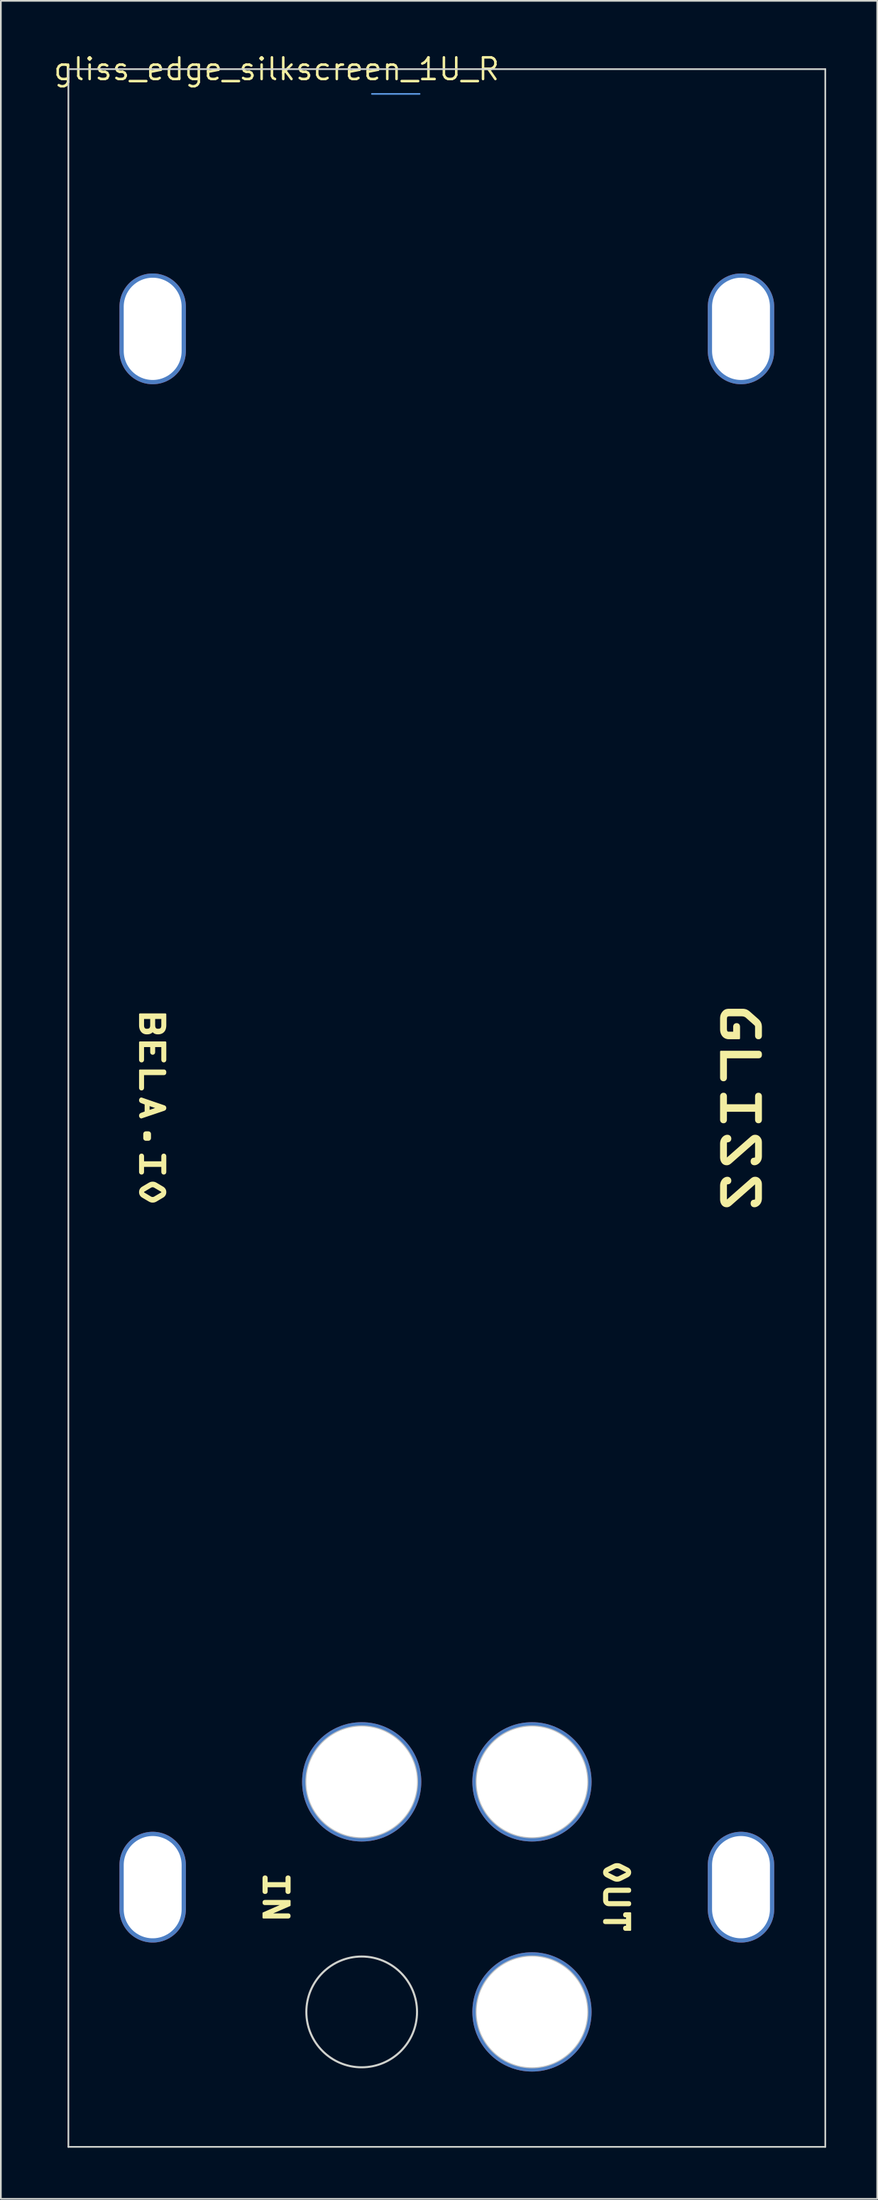
<source format=kicad_pcb>
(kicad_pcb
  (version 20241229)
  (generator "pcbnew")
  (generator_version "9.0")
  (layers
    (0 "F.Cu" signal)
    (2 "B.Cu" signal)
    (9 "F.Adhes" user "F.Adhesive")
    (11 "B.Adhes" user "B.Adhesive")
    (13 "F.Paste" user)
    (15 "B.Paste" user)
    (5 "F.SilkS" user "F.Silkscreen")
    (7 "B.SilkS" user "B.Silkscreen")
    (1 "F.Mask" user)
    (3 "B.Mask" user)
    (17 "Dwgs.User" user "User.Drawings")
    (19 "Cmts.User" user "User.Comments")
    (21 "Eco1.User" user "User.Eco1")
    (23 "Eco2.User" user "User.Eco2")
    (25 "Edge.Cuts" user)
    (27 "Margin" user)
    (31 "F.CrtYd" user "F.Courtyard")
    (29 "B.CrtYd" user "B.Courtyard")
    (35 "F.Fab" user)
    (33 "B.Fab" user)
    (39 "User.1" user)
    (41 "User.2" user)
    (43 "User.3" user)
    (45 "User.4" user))
  (footprint "gliss_edge_silkscreen_1U_R"
    (layer "F.Cu")
    (at 13.191 1.006)
    (property "Reference" "gliss_edge_silkscreen_1U_R" (at 0 0 0) (layer "F.SilkS") (effects (font (size 1.27 1.27) (thickness 0.15))))
    (attr through_hole)
    (fp_poly (pts (xy -6.525 58.873) (xy -6.525 58.88) (xy -6.526 58.887) (xy -6.527 58.893) (xy -6.528 58.9) (xy -6.529 58.906) (xy -6.53 58.912) (xy -6.531 58.917) (xy -6.533 58.923) (xy -6.535 58.928) (xy -6.537 58.933) (xy -6.539 58.937) (xy -6.542 58.941) (xy -6.544 58.946) (xy -6.547 58.949) (xy -6.55 58.953) (xy -6.553 58.956) (xy -6.557 58.959) (xy -6.56 58.962) (xy -6.564 58.965) (xy -6.568 58.967) (xy -6.572 58.969) (xy -6.576 58.971) (xy -6.58 58.973) (xy -6.585 58.974) (xy -6.59 58.976) (xy -6.594 58.977) (xy -6.6 58.978) (xy -6.605 58.978) (xy -6.61 58.979) (xy -6.616 58.979) (xy -6.621 58.979) (xy -7.832 58.979) (xy -7.832 59.764) (xy -7.833 59.776) (xy -7.833 59.786) (xy -7.835 59.797) (xy -7.836 59.802) (xy -7.837 59.807) (xy -7.839 59.812) (xy -7.841 59.817) (xy -7.842 59.822) (xy -7.844 59.827) (xy -7.847 59.831) (xy -7.849 59.836) (xy -7.852 59.84) (xy -7.854 59.844) (xy -7.857 59.848) (xy -7.861 59.851) (xy -7.864 59.855) (xy -7.868 59.858) (xy -7.871 59.861) (xy -7.875 59.864) (xy -7.88 59.867) (xy -7.884 59.869) (xy -7.889 59.871) (xy -7.894 59.873) (xy -7.899 59.875) (xy -7.905 59.876) (xy -7.91 59.877) (xy -7.916 59.878) (xy -7.922 59.878) (xy -7.929 59.879) (xy -7.935 59.878) (xy -7.941 59.878) (xy -7.947 59.877) (xy -7.953 59.876) (xy -7.958 59.875) (xy -7.963 59.873) (xy -7.968 59.871) (xy -7.973 59.869) (xy -7.977 59.867) (xy -7.982 59.864) (xy -7.986 59.861) (xy -7.99 59.858) (xy -7.993 59.855) (xy -7.997 59.851) (xy -8 59.848) (xy -8.003 59.844) (xy -8.006 59.84) (xy -8.008 59.836) (xy -8.011 59.831) (xy -8.013 59.827) (xy -8.017 59.817) (xy -8.02 59.807) (xy -8.022 59.797) (xy -8.024 59.786) (xy -8.025 59.776) (xy -8.025 59.764) (xy -8.025 58.751) (xy -6.621 58.751) (xy -6.61 58.751) (xy -6.6 58.752) (xy -6.594 58.753) (xy -6.59 58.754) (xy -6.585 58.756) (xy -6.58 58.757) (xy -6.576 58.759) (xy -6.572 58.761) (xy -6.568 58.763) (xy -6.564 58.765) (xy -6.56 58.768) (xy -6.557 58.771) (xy -6.553 58.774) (xy -6.55 58.777) (xy -6.547 58.781) (xy -6.544 58.784) (xy -6.542 58.788) (xy -6.539 58.793) (xy -6.537 58.797) (xy -6.535 58.802) (xy -6.533 58.807) (xy -6.531 58.812) (xy -6.53 58.818) (xy -6.529 58.824) (xy -6.528 58.83) (xy -6.527 58.836) (xy -6.525 58.85) (xy -6.525 58.865)) (stroke (width 0.1) (type solid)) (fill yes) (layer "F.SilkS"))
    (fp_poly (pts (xy 28.454 57.833) (xy 28.454 57.844) (xy 28.453 57.854) (xy 28.452 57.864) (xy 28.45 57.874) (xy 28.449 57.883) (xy 28.447 57.892) (xy 28.444 57.9) (xy 28.442 57.908) (xy 28.439 57.916) (xy 28.435 57.923) (xy 28.432 57.93) (xy 28.428 57.936) (xy 28.424 57.942) (xy 28.419 57.948) (xy 28.415 57.953) (xy 28.41 57.958) (xy 28.405 57.963) (xy 28.399 57.967) (xy 28.393 57.971) (xy 28.387 57.974) (xy 28.381 57.978) (xy 28.374 57.981) (xy 28.367 57.983) (xy 28.36 57.985) (xy 28.353 57.987) (xy 28.345 57.989) (xy 28.337 57.99) (xy 28.329 57.991) (xy 28.32 57.992) (xy 28.303 57.993) (xy 26.399 57.993) (xy 26.399 59.169) (xy 26.398 59.186) (xy 26.397 59.202) (xy 26.394 59.218) (xy 26.393 59.226) (xy 26.391 59.233) (xy 26.388 59.241) (xy 26.386 59.248) (xy 26.383 59.255) (xy 26.38 59.262) (xy 26.376 59.269) (xy 26.372 59.275) (xy 26.368 59.282) (xy 26.364 59.288) (xy 26.359 59.294) (xy 26.354 59.299) (xy 26.349 59.304) (xy 26.343 59.309) (xy 26.337 59.314) (xy 26.331 59.318) (xy 26.324 59.322) (xy 26.317 59.326) (xy 26.31 59.329) (xy 26.302 59.332) (xy 26.294 59.334) (xy 26.285 59.336) (xy 26.276 59.338) (xy 26.267 59.339) (xy 26.257 59.34) (xy 26.247 59.34) (xy 26.237 59.34) (xy 26.228 59.339) (xy 26.218 59.338) (xy 26.209 59.336) (xy 26.201 59.334) (xy 26.193 59.332) (xy 26.185 59.329) (xy 26.178 59.326) (xy 26.171 59.322) (xy 26.164 59.318) (xy 26.157 59.314) (xy 26.151 59.309) (xy 26.146 59.304) (xy 26.14 59.299) (xy 26.135 59.294) (xy 26.131 59.288) (xy 26.126 59.282) (xy 26.122 59.275) (xy 26.118 59.269) (xy 26.115 59.262) (xy 26.112 59.255) (xy 26.109 59.248) (xy 26.104 59.233) (xy 26.1 59.218) (xy 26.098 59.202) (xy 26.096 59.186) (xy 26.096 59.169) (xy 26.096 57.651) (xy 28.303 57.651) (xy 28.32 57.651) (xy 28.337 57.653) (xy 28.345 57.654) (xy 28.353 57.656) (xy 28.36 57.658) (xy 28.367 57.66) (xy 28.374 57.663) (xy 28.381 57.665) (xy 28.387 57.669) (xy 28.393 57.672) (xy 28.399 57.676) (xy 28.405 57.68) (xy 28.41 57.685) (xy 28.415 57.69) (xy 28.419 57.695) (xy 28.424 57.701) (xy 28.428 57.707) (xy 28.432 57.713) (xy 28.435 57.72) (xy 28.439 57.727) (xy 28.442 57.735) (xy 28.444 57.743) (xy 28.447 57.751) (xy 28.449 57.76) (xy 28.45 57.769) (xy 28.452 57.779) (xy 28.453 57.789) (xy 28.454 57.799) (xy 28.454 57.822)) (stroke (width 0.1) (type solid)) (fill yes) (layer "F.SilkS"))
    (fp_poly (pts (xy -0.433 108.265) (xy -0.433 108.267) (xy 0.673 108.269) (xy 0.685 108.269) (xy 0.696 108.27) (xy 0.701 108.271) (xy 0.706 108.272) (xy 0.711 108.273) (xy 0.716 108.274) (xy 0.72 108.276) (xy 0.725 108.277) (xy 0.729 108.279) (xy 0.733 108.281) (xy 0.737 108.283) (xy 0.74 108.286) (xy 0.744 108.289) (xy 0.747 108.291) (xy 0.75 108.295) (xy 0.753 108.298) (xy 0.756 108.301) (xy 0.758 108.305) (xy 0.76 108.309) (xy 0.763 108.313) (xy 0.764 108.318) (xy 0.766 108.322) (xy 0.768 108.327) (xy 0.769 108.332) (xy 0.77 108.338) (xy 0.771 108.343) (xy 0.772 108.349) (xy 0.772 108.355) (xy 0.773 108.362) (xy 0.773 108.368) (xy 0.773 108.375) (xy 0.772 108.381) (xy 0.772 108.387) (xy 0.771 108.393) (xy 0.77 108.399) (xy 0.769 108.404) (xy 0.768 108.409) (xy 0.766 108.414) (xy 0.764 108.419) (xy 0.763 108.423) (xy 0.76 108.427) (xy 0.758 108.431) (xy 0.756 108.435) (xy 0.753 108.439) (xy 0.75 108.442) (xy 0.747 108.445) (xy 0.744 108.448) (xy 0.74 108.451) (xy 0.737 108.453) (xy 0.733 108.455) (xy 0.729 108.457) (xy 0.725 108.459) (xy 0.72 108.461) (xy 0.716 108.462) (xy 0.711 108.464) (xy 0.706 108.465) (xy 0.701 108.466) (xy 0.696 108.467) (xy 0.685 108.468) (xy 0.673 108.468) (xy -0.775 108.468) (xy -0.775 108.205) (xy 0.419 107.684) (xy 0.421 107.684) (xy 0.421 107.68) (xy -0.673 107.68) (xy -0.685 107.68) (xy -0.696 107.679) (xy -0.701 107.678) (xy -0.706 107.677) (xy -0.711 107.676) (xy -0.716 107.675) (xy -0.72 107.673) (xy -0.725 107.671) (xy -0.729 107.67) (xy -0.733 107.668) (xy -0.737 107.665) (xy -0.74 107.663) (xy -0.744 107.66) (xy -0.747 107.657) (xy -0.75 107.654) (xy -0.753 107.651) (xy -0.756 107.647) (xy -0.758 107.644) (xy -0.761 107.64) (xy -0.763 107.635) (xy -0.765 107.631) (xy -0.766 107.626) (xy -0.768 107.621) (xy -0.769 107.616) (xy -0.77 107.611) (xy -0.771 107.605) (xy -0.772 107.599) (xy -0.773 107.593) (xy -0.773 107.587) (xy -0.773 107.58) (xy -0.773 107.574) (xy -0.773 107.567) (xy -0.772 107.561) (xy -0.771 107.556) (xy -0.77 107.55) (xy -0.769 107.545) (xy -0.768 107.539) (xy -0.766 107.535) (xy -0.765 107.53) (xy -0.763 107.525) (xy -0.761 107.521) (xy -0.758 107.517) (xy -0.756 107.514) (xy -0.753 107.51) (xy -0.75 107.507) (xy -0.747 107.504) (xy -0.744 107.501) (xy -0.74 107.498) (xy -0.737 107.496) (xy -0.733 107.493) (xy -0.729 107.491) (xy -0.725 107.489) (xy -0.72 107.488) (xy -0.716 107.486) (xy -0.711 107.485) (xy -0.706 107.484) (xy -0.701 107.483) (xy -0.696 107.482) (xy -0.685 107.481) (xy -0.673 107.481) (xy 0.775 107.481) (xy 0.775 107.744)) (stroke (width 0.1) (type solid)) (fill yes) (layer "F.SilkS"))
    (fp_poly (pts (xy -7.423 62.706) (xy -7.424 62.714) (xy -7.424 62.723) (xy -7.425 62.731) (xy -7.425 62.739) (xy -7.426 62.746) (xy -7.428 62.754) (xy -7.43 62.761) (xy -7.432 62.768) (xy -7.434 62.771) (xy -7.435 62.775) (xy -7.437 62.778) (xy -7.439 62.781) (xy -7.441 62.785) (xy -7.443 62.788) (xy -7.445 62.791) (xy -7.448 62.794) (xy -7.451 62.797) (xy -7.454 62.8) (xy -7.457 62.803) (xy -7.46 62.806) (xy -7.465 62.811) (xy -7.471 62.815) (xy -7.476 62.818) (xy -7.481 62.821) (xy -7.486 62.823) (xy -7.491 62.825) (xy -7.496 62.827) (xy -7.501 62.828) (xy -7.506 62.829) (xy -7.511 62.83) (xy -7.516 62.831) (xy -7.522 62.831) (xy -7.528 62.831) (xy -7.534 62.831) (xy -7.547 62.831) (xy -7.655 62.831) (xy -7.668 62.831) (xy -7.674 62.831) (xy -7.68 62.831) (xy -7.685 62.831) (xy -7.691 62.83) (xy -7.696 62.829) (xy -7.701 62.828) (xy -7.706 62.827) (xy -7.711 62.825) (xy -7.716 62.823) (xy -7.721 62.821) (xy -7.726 62.818) (xy -7.731 62.815) (xy -7.736 62.811) (xy -7.742 62.806) (xy -7.748 62.8) (xy -7.754 62.794) (xy -7.759 62.788) (xy -7.763 62.781) (xy -7.766 62.775) (xy -7.769 62.768) (xy -7.772 62.761) (xy -7.774 62.754) (xy -7.775 62.746) (xy -7.776 62.739) (xy -7.777 62.731) (xy -7.778 62.723) (xy -7.778 62.706) (xy -7.778 62.688) (xy -7.778 62.523) (xy -7.778 62.505) (xy -7.778 62.496) (xy -7.778 62.488) (xy -7.777 62.48) (xy -7.776 62.472) (xy -7.775 62.464) (xy -7.774 62.457) (xy -7.772 62.45) (xy -7.769 62.443) (xy -7.768 62.439) (xy -7.766 62.436) (xy -7.765 62.433) (xy -7.763 62.429) (xy -7.761 62.426) (xy -7.759 62.423) (xy -7.756 62.42) (xy -7.754 62.417) (xy -7.751 62.414) (xy -7.748 62.411) (xy -7.745 62.408) (xy -7.742 62.405) (xy -7.736 62.4) (xy -7.731 62.396) (xy -7.726 62.393) (xy -7.721 62.39) (xy -7.716 62.388) (xy -7.711 62.386) (xy -7.706 62.384) (xy -7.701 62.383) (xy -7.696 62.382) (xy -7.691 62.381) (xy -7.685 62.38) (xy -7.68 62.38) (xy -7.674 62.38) (xy -7.668 62.379) (xy -7.655 62.379) (xy -7.547 62.379) (xy -7.534 62.379) (xy -7.528 62.38) (xy -7.522 62.38) (xy -7.516 62.38) (xy -7.511 62.381) (xy -7.506 62.382) (xy -7.501 62.383) (xy -7.496 62.384) (xy -7.491 62.386) (xy -7.486 62.388) (xy -7.481 62.39) (xy -7.476 62.393) (xy -7.471 62.396) (xy -7.465 62.4) (xy -7.46 62.405) (xy -7.454 62.411) (xy -7.448 62.417) (xy -7.443 62.423) (xy -7.439 62.43) (xy -7.435 62.436) (xy -7.432 62.443) (xy -7.43 62.45) (xy -7.428 62.457) (xy -7.426 62.464) (xy -7.425 62.472) (xy -7.425 62.48) (xy -7.424 62.488) (xy -7.423 62.505) (xy -7.423 62.523) (xy -7.423 62.688)) (stroke (width 0.1) (type solid)) (fill yes) (layer "F.SilkS"))
    (fp_poly (pts (xy -6.525 60.967) (xy -6.526 60.974) (xy -6.526 60.98) (xy -6.527 60.986) (xy -6.528 60.992) (xy -6.53 60.998) (xy -6.531 61.003) (xy -6.533 61.008) (xy -6.535 61.013) (xy -6.538 61.018) (xy -6.54 61.022) (xy -6.543 61.027) (xy -6.546 61.031) (xy -6.549 61.034) (xy -6.552 61.038) (xy -6.555 61.042) (xy -6.559 61.045) (xy -6.563 61.048) (xy -6.57 61.054) (xy -6.578 61.059) (xy -6.587 61.064) (xy -6.596 61.068) (xy -6.605 61.072) (xy -6.614 61.076) (xy -6.623 61.079) (xy -7.929 61.519) (xy -7.933 61.521) (xy -7.937 61.522) (xy -7.942 61.522) (xy -7.946 61.522) (xy -7.95 61.522) (xy -7.955 61.521) (xy -7.959 61.52) (xy -7.963 61.518) (xy -7.967 61.516) (xy -7.971 61.514) (xy -7.976 61.511) (xy -7.979 61.509) (xy -7.983 61.506) (xy -7.987 61.502) (xy -7.991 61.498) (xy -7.994 61.495) (xy -8.001 61.486) (xy -8.007 61.477) (xy -8.012 61.467) (xy -8.016 61.456) (xy -8.02 61.445) (xy -8.022 61.439) (xy -8.023 61.434) (xy -8.024 61.428) (xy -8.024 61.422) (xy -8.025 61.416) (xy -8.025 61.41) (xy -8.025 61.403) (xy -8.024 61.397) (xy -8.024 61.391) (xy -8.023 61.385) (xy -8.022 61.379) (xy -8.02 61.374) (xy -8.018 61.368) (xy -8.016 61.363) (xy -8.014 61.358) (xy -8.012 61.353) (xy -8.009 61.348) (xy -8.007 61.344) (xy -8.004 61.34) (xy -8.001 61.335) (xy -7.998 61.331) (xy -7.994 61.328) (xy -7.991 61.324) (xy -7.987 61.32) (xy -7.979 61.314) (xy -7.971 61.308) (xy -7.963 61.303) (xy -7.955 61.298) (xy -7.946 61.294) (xy -7.937 61.29) (xy -7.929 61.287) (xy -7.697 61.202) (xy -7.697 60.716) (xy -7.929 60.629) (xy -7.937 60.626) (xy -7.946 60.622) (xy -7.955 60.618) (xy -7.963 60.613) (xy -7.971 60.608) (xy -7.979 60.602) (xy -7.987 60.595) (xy -7.994 60.588) (xy -7.998 60.584) (xy -8.001 60.58) (xy -8.004 60.576) (xy -8.007 60.572) (xy -8.009 60.567) (xy -8.012 60.562) (xy -8.014 60.558) (xy -8.016 60.553) (xy -8.018 60.547) (xy -8.02 60.542) (xy -8.022 60.536) (xy -8.023 60.531) (xy -8.024 60.525) (xy -8.024 60.519) (xy -8.025 60.512) (xy -8.025 60.506) (xy -8.025 60.5) (xy -8.024 60.494) (xy -8.024 60.488) (xy -8.023 60.482) (xy -8.022 60.476) (xy -8.02 60.471) (xy -8.018 60.465) (xy -8.016 60.459) (xy -8.014 60.454) (xy -8.012 60.449) (xy -8.009 60.444) (xy -8.007 60.439) (xy -8.004 60.434) (xy -8.001 60.429) (xy -7.998 60.425) (xy -7.994 60.421) (xy -7.991 60.417) (xy -7.987 60.413) (xy -7.983 60.41) (xy -7.979 60.407) (xy -7.976 60.404) (xy -7.971 60.402) (xy -7.967 60.399) (xy -7.963 60.398) (xy -7.959 60.396) (xy -7.955 60.395) (xy -7.95 60.394) (xy -7.946 60.394) (xy -7.942 60.394) (xy -7.937 60.394) (xy -7.933 60.395) (xy -7.929 60.396) (xy -7.504 60.542) (xy -7.504 60.78) (xy -7.504 61.138) (xy -6.982 60.962) (xy -6.982 60.958) (xy -7.504 60.78) (xy -7.504 60.542) (xy -6.623 60.844) (xy -6.614 60.847) (xy -6.604 60.851) (xy -6.595 60.855) (xy -6.586 60.859) (xy -6.577 60.864) (xy -6.569 60.869) (xy -6.562 60.875) (xy -6.558 60.878) (xy -6.555 60.881) (xy -6.551 60.885) (xy -6.548 60.888) (xy -6.545 60.892) (xy -6.542 60.896) (xy -6.54 60.9) (xy -6.537 60.904) (xy -6.535 60.909) (xy -6.533 60.914) (xy -6.531 60.919) (xy -6.53 60.924) (xy -6.528 60.929) (xy -6.527 60.935) (xy -6.526 60.941) (xy -6.526 60.947) (xy -6.525 60.953) (xy -6.525 60.96)) (stroke (width 0.1) (type solid)) (fill yes) (layer "F.SilkS"))
    (fp_poly (pts (xy -6.525 58.13) (xy -6.526 58.141) (xy -6.528 58.152) (xy -6.529 58.157) (xy -6.53 58.162) (xy -6.532 58.167) (xy -6.533 58.172) (xy -6.535 58.177) (xy -6.537 58.181) (xy -6.539 58.186) (xy -6.542 58.19) (xy -6.544 58.194) (xy -6.547 58.198) (xy -6.55 58.202) (xy -6.553 58.206) (xy -6.557 58.209) (xy -6.56 58.213) (xy -6.564 58.216) (xy -6.568 58.219) (xy -6.573 58.221) (xy -6.577 58.224) (xy -6.582 58.226) (xy -6.587 58.228) (xy -6.592 58.229) (xy -6.597 58.231) (xy -6.603 58.232) (xy -6.609 58.233) (xy -6.615 58.233) (xy -6.621 58.233) (xy -6.628 58.233) (xy -6.634 58.233) (xy -6.64 58.232) (xy -6.645 58.231) (xy -6.651 58.229) (xy -6.656 58.228) (xy -6.661 58.226) (xy -6.666 58.224) (xy -6.67 58.221) (xy -6.674 58.219) (xy -6.679 58.216) (xy -6.682 58.213) (xy -6.686 58.209) (xy -6.689 58.206) (xy -6.693 58.202) (xy -6.696 58.198) (xy -6.698 58.194) (xy -6.701 58.19) (xy -6.703 58.186) (xy -6.706 58.181) (xy -6.709 58.172) (xy -6.712 58.162) (xy -6.715 58.152) (xy -6.716 58.141) (xy -6.717 58.13) (xy -6.718 58.119) (xy -6.718 57.334) (xy -7.179 57.334) (xy -7.179 57.669) (xy -7.179 57.68) (xy -7.18 57.691) (xy -7.182 57.702) (xy -7.183 57.707) (xy -7.184 57.712) (xy -7.185 57.717) (xy -7.187 57.722) (xy -7.189 57.727) (xy -7.191 57.732) (xy -7.193 57.736) (xy -7.195 57.74) (xy -7.198 57.745) (xy -7.201 57.749) (xy -7.204 57.753) (xy -7.207 57.756) (xy -7.21 57.76) (xy -7.214 57.763) (xy -7.218 57.766) (xy -7.222 57.769) (xy -7.226 57.772) (xy -7.231 57.774) (xy -7.235 57.776) (xy -7.24 57.778) (xy -7.246 57.78) (xy -7.251 57.781) (xy -7.257 57.782) (xy -7.262 57.783) (xy -7.269 57.783) (xy -7.275 57.783) (xy -7.281 57.783) (xy -7.288 57.783) (xy -7.293 57.782) (xy -7.299 57.781) (xy -7.304 57.78) (xy -7.31 57.778) (xy -7.315 57.776) (xy -7.319 57.774) (xy -7.324 57.772) (xy -7.328 57.769) (xy -7.332 57.766) (xy -7.336 57.763) (xy -7.34 57.76) (xy -7.343 57.756) (xy -7.346 57.753) (xy -7.349 57.749) (xy -7.352 57.745) (xy -7.355 57.74) (xy -7.357 57.736) (xy -7.359 57.732) (xy -7.363 57.722) (xy -7.366 57.712) (xy -7.368 57.702) (xy -7.37 57.691) (xy -7.371 57.68) (xy -7.371 57.669) (xy -7.371 57.334) (xy -7.832 57.334) (xy -7.832 58.119) (xy -7.832 58.13) (xy -7.833 58.141) (xy -7.835 58.152) (xy -7.836 58.157) (xy -7.837 58.162) (xy -7.839 58.167) (xy -7.841 58.172) (xy -7.842 58.177) (xy -7.844 58.181) (xy -7.847 58.186) (xy -7.849 58.19) (xy -7.852 58.194) (xy -7.854 58.198) (xy -7.857 58.202) (xy -7.861 58.206) (xy -7.864 58.209) (xy -7.868 58.213) (xy -7.871 58.216) (xy -7.875 58.219) (xy -7.88 58.221) (xy -7.884 58.224) (xy -7.889 58.226) (xy -7.894 58.228) (xy -7.899 58.229) (xy -7.905 58.231) (xy -7.91 58.232) (xy -7.916 58.233) (xy -7.922 58.233) (xy -7.929 58.233) (xy -7.935 58.233) (xy -7.941 58.233) (xy -7.947 58.232) (xy -7.953 58.231) (xy -7.958 58.229) (xy -7.963 58.228) (xy -7.968 58.226) (xy -7.973 58.224) (xy -7.977 58.221) (xy -7.982 58.219) (xy -7.986 58.216) (xy -7.99 58.213) (xy -7.993 58.209) (xy -7.997 58.206) (xy -8 58.202) (xy -8.003 58.198) (xy -8.006 58.194) (xy -8.008 58.19) (xy -8.011 58.186) (xy -8.013 58.181) (xy -8.017 58.172) (xy -8.02 58.162) (xy -8.022 58.152) (xy -8.024 58.141) (xy -8.025 58.13) (xy -8.025 58.119) (xy -8.025 57.105) (xy -6.525 57.105) (xy -6.525 58.119)) (stroke (width 0.1) (type solid)) (fill yes) (layer "F.SilkS"))
    (fp_poly (pts (xy 20.504 109.192) (xy 20.492 109.191) (xy 20.481 109.19) (xy 20.476 109.19) (xy 20.471 109.189) (xy 20.466 109.188) (xy 20.462 109.186) (xy 20.457 109.185) (xy 20.453 109.183) (xy 20.449 109.181) (xy 20.445 109.179) (xy 20.441 109.177) (xy 20.437 109.174) (xy 20.434 109.172) (xy 20.43 109.169) (xy 20.427 109.166) (xy 20.424 109.162) (xy 20.422 109.159) (xy 20.419 109.155) (xy 20.417 109.151) (xy 20.415 109.147) (xy 20.413 109.142) (xy 20.411 109.138) (xy 20.409 109.133) (xy 20.408 109.128) (xy 20.407 109.122) (xy 20.406 109.117) (xy 20.405 109.111) (xy 20.405 109.105) (xy 20.405 109.098) (xy 20.404 109.092) (xy 20.405 109.085) (xy 20.405 109.079) (xy 20.405 109.073) (xy 20.406 109.067) (xy 20.407 109.061) (xy 20.408 109.056) (xy 20.409 109.051) (xy 20.411 109.046) (xy 20.413 109.041) (xy 20.415 109.037) (xy 20.417 109.032) (xy 20.419 109.028) (xy 20.422 109.025) (xy 20.424 109.021) (xy 20.427 109.018) (xy 20.43 109.015) (xy 20.434 109.012) (xy 20.437 109.009) (xy 20.441 109.007) (xy 20.444 109.004) (xy 20.448 109.002) (xy 20.453 109) (xy 20.457 108.999) (xy 20.462 108.997) (xy 20.466 108.996) (xy 20.471 108.995) (xy 20.476 108.994) (xy 20.481 108.993) (xy 20.492 108.992) (xy 20.504 108.992) (xy 20.576 108.992) (xy 20.576 108.798) (xy 19.325 108.798) (xy 19.313 108.797) (xy 19.302 108.796) (xy 19.297 108.795) (xy 19.292 108.795) (xy 19.287 108.793) (xy 19.282 108.792) (xy 19.278 108.791) (xy 19.273 108.789) (xy 19.269 108.787) (xy 19.265 108.785) (xy 19.261 108.783) (xy 19.258 108.78) (xy 19.254 108.778) (xy 19.251 108.775) (xy 19.248 108.772) (xy 19.245 108.768) (xy 19.242 108.765) (xy 19.24 108.761) (xy 19.237 108.757) (xy 19.235 108.753) (xy 19.233 108.748) (xy 19.232 108.744) (xy 19.23 108.739) (xy 19.229 108.734) (xy 19.228 108.728) (xy 19.227 108.723) (xy 19.226 108.717) (xy 19.225 108.711) (xy 19.225 108.704) (xy 19.225 108.698) (xy 19.225 108.691) (xy 19.225 108.685) (xy 19.226 108.678) (xy 19.227 108.673) (xy 19.228 108.667) (xy 19.229 108.662) (xy 19.23 108.656) (xy 19.232 108.652) (xy 19.233 108.647) (xy 19.235 108.642) (xy 19.237 108.638) (xy 19.24 108.634) (xy 19.242 108.631) (xy 19.245 108.627) (xy 19.248 108.624) (xy 19.251 108.621) (xy 19.254 108.618) (xy 19.258 108.615) (xy 19.261 108.612) (xy 19.265 108.61) (xy 19.269 108.608) (xy 19.273 108.606) (xy 19.278 108.605) (xy 19.282 108.603) (xy 19.287 108.602) (xy 19.292 108.601) (xy 19.297 108.6) (xy 19.302 108.599) (xy 19.313 108.598) (xy 19.325 108.598) (xy 20.576 108.598) (xy 20.576 108.403) (xy 20.504 108.403) (xy 20.492 108.403) (xy 20.481 108.402) (xy 20.476 108.401) (xy 20.471 108.4) (xy 20.466 108.399) (xy 20.462 108.398) (xy 20.457 108.396) (xy 20.453 108.395) (xy 20.448 108.393) (xy 20.444 108.391) (xy 20.441 108.389) (xy 20.437 108.386) (xy 20.434 108.383) (xy 20.43 108.38) (xy 20.427 108.377) (xy 20.424 108.374) (xy 20.422 108.37) (xy 20.419 108.367) (xy 20.417 108.363) (xy 20.415 108.359) (xy 20.413 108.354) (xy 20.411 108.349) (xy 20.409 108.345) (xy 20.408 108.339) (xy 20.407 108.334) (xy 20.406 108.328) (xy 20.405 108.323) (xy 20.405 108.316) (xy 20.404 108.31) (xy 20.404 108.303) (xy 20.404 108.297) (xy 20.405 108.29) (xy 20.405 108.284) (xy 20.406 108.278) (xy 20.407 108.273) (xy 20.408 108.267) (xy 20.409 108.262) (xy 20.411 108.257) (xy 20.413 108.253) (xy 20.415 108.248) (xy 20.417 108.244) (xy 20.419 108.24) (xy 20.422 108.236) (xy 20.424 108.233) (xy 20.427 108.23) (xy 20.43 108.226) (xy 20.434 108.224) (xy 20.437 108.221) (xy 20.441 108.218) (xy 20.444 108.216) (xy 20.448 108.214) (xy 20.453 108.212) (xy 20.457 108.21) (xy 20.462 108.209) (xy 20.466 108.208) (xy 20.471 108.206) (xy 20.476 108.206) (xy 20.481 108.205) (xy 20.492 108.204) (xy 20.504 108.203) (xy 20.775 108.203) (xy 20.775 109.192)) (stroke (width 0.1) (type solid)) (fill yes) (layer "F.SilkS"))
    (fp_poly (pts (xy -6.526 56.13) (xy -6.527 56.16) (xy -6.53 56.189) (xy -6.533 56.217) (xy -6.537 56.243) (xy -6.543 56.269) (xy -6.549 56.294) (xy -6.556 56.317) (xy -6.565 56.34) (xy -6.574 56.361) (xy -6.583 56.382) (xy -6.594 56.401) (xy -6.606 56.42) (xy -6.618 56.437) (xy -6.632 56.454) (xy -6.646 56.469) (xy -6.661 56.484) (xy -6.676 56.498) (xy -6.693 56.51) (xy -6.71 56.522) (xy -6.728 56.532) (xy -6.747 56.542) (xy -6.766 56.551) (xy -6.786 56.559) (xy -6.807 56.566) (xy -6.828 56.572) (xy -6.85 56.577) (xy -6.873 56.581) (xy -6.897 56.584) (xy -6.921 56.586) (xy -6.945 56.587) (xy -6.97 56.588) (xy -6.991 56.588) (xy -7.012 56.586) (xy -7.032 56.584) (xy -7.052 56.581) (xy -7.072 56.577) (xy -7.092 56.572) (xy -7.111 56.566) (xy -7.131 56.558) (xy -7.15 56.549) (xy -7.168 56.538) (xy -7.187 56.526) (xy -7.205 56.512) (xy -7.214 56.504) (xy -7.223 56.496) (xy -7.24 56.478) (xy -7.258 56.459) (xy -7.275 56.437) (xy -7.295 56.46) (xy -7.314 56.481) (xy -7.334 56.499) (xy -7.353 56.516) (xy -7.373 56.53) (xy -7.394 56.542) (xy -7.414 56.553) (xy -7.435 56.561) (xy -7.456 56.569) (xy -7.478 56.574) (xy -7.501 56.579) (xy -7.524 56.583) (xy -7.548 56.585) (xy -7.572 56.587) (xy -7.598 56.588) (xy -7.624 56.588) (xy -7.647 56.587) (xy -7.67 56.586) (xy -7.692 56.583) (xy -7.714 56.579) (xy -7.735 56.574) (xy -7.755 56.568) (xy -7.774 56.56) (xy -7.793 56.552) (xy -7.811 56.543) (xy -7.829 56.533) (xy -7.846 56.522) (xy -7.862 56.51) (xy -7.877 56.497) (xy -7.892 56.483) (xy -7.906 56.468) (xy -7.919 56.452) (xy -7.932 56.436) (xy -7.943 56.418) (xy -7.954 56.4) (xy -7.965 56.381) (xy -7.974 56.362) (xy -7.983 56.341) (xy -7.991 56.32) (xy -7.998 56.298) (xy -8.01 56.252) (xy -8.018 56.204) (xy -8.023 56.153) (xy -8.025 56.099) (xy -8.025 55.46) (xy -7.832 55.46) (xy -7.832 55.688) (xy -7.832 56.099) (xy -7.831 56.129) (xy -7.829 56.158) (xy -7.828 56.171) (xy -7.826 56.184) (xy -7.823 56.197) (xy -7.82 56.209) (xy -7.817 56.221) (xy -7.813 56.232) (xy -7.809 56.243) (xy -7.805 56.254) (xy -7.8 56.264) (xy -7.795 56.273) (xy -7.789 56.282) (xy -7.783 56.291) (xy -7.777 56.299) (xy -7.77 56.307) (xy -7.762 56.314) (xy -7.754 56.321) (xy -7.746 56.327) (xy -7.737 56.332) (xy -7.728 56.337) (xy -7.718 56.342) (xy -7.708 56.346) (xy -7.698 56.35) (xy -7.687 56.353) (xy -7.675 56.355) (xy -7.663 56.357) (xy -7.65 56.358) (xy -7.637 56.359) (xy -7.624 56.36) (xy -7.594 56.359) (xy -7.567 56.357) (xy -7.541 56.353) (xy -7.528 56.351) (xy -7.516 56.348) (xy -7.505 56.345) (xy -7.494 56.341) (xy -7.483 56.337) (xy -7.473 56.332) (xy -7.463 56.327) (xy -7.454 56.321) (xy -7.445 56.314) (xy -7.437 56.307) (xy -7.429 56.3) (xy -7.422 56.291) (xy -7.415 56.283) (xy -7.409 56.273) (xy -7.403 56.263) (xy -7.397 56.252) (xy -7.392 56.24) (xy -7.388 56.228) (xy -7.384 56.214) (xy -7.381 56.2) (xy -7.378 56.186) (xy -7.376 56.17) (xy -7.374 56.154) (xy -7.372 56.136) (xy -7.372 56.118) (xy -7.371 56.099) (xy -7.371 55.688) (xy -7.832 55.688) (xy -7.832 55.46) (xy -7.179 55.46) (xy -7.179 55.688) (xy -7.179 56.099) (xy -7.178 56.129) (xy -7.176 56.158) (xy -7.174 56.171) (xy -7.172 56.184) (xy -7.17 56.197) (xy -7.167 56.209) (xy -7.163 56.221) (xy -7.16 56.232) (xy -7.156 56.243) (xy -7.151 56.254) (xy -7.147 56.264) (xy -7.141 56.273) (xy -7.136 56.282) (xy -7.129 56.291) (xy -7.123 56.299) (xy -7.116 56.307) (xy -7.109 56.314) (xy -7.101 56.321) (xy -7.092 56.327) (xy -7.084 56.332) (xy -7.074 56.337) (xy -7.065 56.342) (xy -7.055 56.346) (xy -7.044 56.35) (xy -7.033 56.353) (xy -7.021 56.355) (xy -7.009 56.357) (xy -6.997 56.358) (xy -6.984 56.359) (xy -6.97 56.36) (xy -6.941 56.359) (xy -6.913 56.357) (xy -6.887 56.353) (xy -6.875 56.351) (xy -6.863 56.348) (xy -6.851 56.345) (xy -6.84 56.341) (xy -6.829 56.337) (xy -6.819 56.332) (xy -6.81 56.327) (xy -6.8 56.321) (xy -6.792 56.314) (xy -6.783 56.307) (xy -6.776 56.3) (xy -6.768 56.291) (xy -6.761 56.283) (xy -6.755 56.273) (xy -6.749 56.263) (xy -6.744 56.252) (xy -6.739 56.24) (xy -6.735 56.228) (xy -6.731 56.214) (xy -6.727 56.2) (xy -6.724 56.186) (xy -6.722 56.17) (xy -6.72 56.154) (xy -6.719 56.136) (xy -6.718 56.118) (xy -6.718 56.099) (xy -6.718 55.688) (xy -7.179 55.688) (xy -7.179 55.46) (xy -6.525 55.46) (xy -6.525 56.099)) (stroke (width 0.1) (type solid)) (fill yes) (layer "F.SilkS"))
    (fp_poly (pts (xy -6.525 64.712) (xy -6.526 64.723) (xy -6.528 64.733) (xy -6.529 64.738) (xy -6.53 64.743) (xy -6.532 64.748) (xy -6.533 64.753) (xy -6.535 64.758) (xy -6.537 64.763) (xy -6.539 64.767) (xy -6.542 64.772) (xy -6.544 64.776) (xy -6.547 64.78) (xy -6.55 64.784) (xy -6.553 64.787) (xy -6.557 64.791) (xy -6.56 64.794) (xy -6.564 64.797) (xy -6.568 64.8) (xy -6.573 64.803) (xy -6.577 64.805) (xy -6.582 64.807) (xy -6.587 64.809) (xy -6.592 64.811) (xy -6.597 64.812) (xy -6.603 64.813) (xy -6.609 64.814) (xy -6.615 64.815) (xy -6.621 64.815) (xy -6.628 64.815) (xy -6.634 64.814) (xy -6.64 64.813) (xy -6.645 64.812) (xy -6.651 64.811) (xy -6.656 64.809) (xy -6.661 64.807) (xy -6.666 64.805) (xy -6.67 64.803) (xy -6.675 64.8) (xy -6.679 64.797) (xy -6.682 64.794) (xy -6.686 64.791) (xy -6.689 64.787) (xy -6.693 64.784) (xy -6.696 64.78) (xy -6.698 64.776) (xy -6.701 64.772) (xy -6.703 64.767) (xy -6.706 64.763) (xy -6.709 64.753) (xy -6.712 64.743) (xy -6.715 64.733) (xy -6.717 64.722) (xy -6.717 64.712) (xy -6.718 64.701) (xy -6.718 64.365) (xy -7.832 64.365) (xy -7.832 64.701) (xy -7.833 64.712) (xy -7.833 64.723) (xy -7.835 64.733) (xy -7.836 64.738) (xy -7.838 64.743) (xy -7.839 64.748) (xy -7.841 64.753) (xy -7.842 64.758) (xy -7.844 64.763) (xy -7.847 64.767) (xy -7.849 64.772) (xy -7.852 64.776) (xy -7.854 64.78) (xy -7.857 64.784) (xy -7.861 64.787) (xy -7.864 64.791) (xy -7.868 64.794) (xy -7.871 64.797) (xy -7.875 64.8) (xy -7.88 64.803) (xy -7.884 64.805) (xy -7.889 64.807) (xy -7.894 64.809) (xy -7.899 64.811) (xy -7.905 64.812) (xy -7.91 64.813) (xy -7.916 64.814) (xy -7.922 64.815) (xy -7.929 64.815) (xy -7.935 64.815) (xy -7.941 64.814) (xy -7.947 64.813) (xy -7.953 64.812) (xy -7.958 64.811) (xy -7.963 64.809) (xy -7.968 64.807) (xy -7.973 64.805) (xy -7.977 64.803) (xy -7.982 64.8) (xy -7.986 64.797) (xy -7.99 64.794) (xy -7.993 64.791) (xy -7.997 64.787) (xy -8 64.784) (xy -8.003 64.78) (xy -8.006 64.776) (xy -8.008 64.772) (xy -8.011 64.767) (xy -8.013 64.763) (xy -8.017 64.753) (xy -8.02 64.743) (xy -8.022 64.733) (xy -8.024 64.722) (xy -8.025 64.712) (xy -8.025 64.701) (xy -8.025 63.801) (xy -8.025 63.79) (xy -8.024 63.779) (xy -8.022 63.768) (xy -8.021 63.763) (xy -8.02 63.758) (xy -8.018 63.753) (xy -8.017 63.748) (xy -8.015 63.743) (xy -8.013 63.739) (xy -8.011 63.734) (xy -8.008 63.73) (xy -8.006 63.726) (xy -8.003 63.722) (xy -8 63.718) (xy -7.997 63.714) (xy -7.993 63.711) (xy -7.99 63.707) (xy -7.986 63.704) (xy -7.982 63.701) (xy -7.977 63.699) (xy -7.973 63.696) (xy -7.968 63.694) (xy -7.963 63.692) (xy -7.958 63.691) (xy -7.953 63.689) (xy -7.947 63.688) (xy -7.941 63.688) (xy -7.935 63.687) (xy -7.929 63.687) (xy -7.922 63.687) (xy -7.916 63.688) (xy -7.91 63.688) (xy -7.905 63.689) (xy -7.899 63.691) (xy -7.894 63.692) (xy -7.889 63.694) (xy -7.884 63.696) (xy -7.88 63.699) (xy -7.875 63.701) (xy -7.871 63.704) (xy -7.868 63.707) (xy -7.864 63.711) (xy -7.861 63.714) (xy -7.857 63.718) (xy -7.854 63.722) (xy -7.852 63.726) (xy -7.849 63.73) (xy -7.847 63.734) (xy -7.844 63.739) (xy -7.841 63.748) (xy -7.838 63.758) (xy -7.835 63.768) (xy -7.833 63.779) (xy -7.833 63.79) (xy -7.832 63.801) (xy -7.832 64.137) (xy -6.718 64.137) (xy -6.718 63.801) (xy -6.717 63.79) (xy -6.717 63.779) (xy -6.715 63.768) (xy -6.714 63.763) (xy -6.712 63.758) (xy -6.711 63.753) (xy -6.709 63.748) (xy -6.708 63.743) (xy -6.706 63.739) (xy -6.703 63.734) (xy -6.701 63.73) (xy -6.698 63.726) (xy -6.696 63.722) (xy -6.693 63.718) (xy -6.689 63.714) (xy -6.686 63.711) (xy -6.682 63.707) (xy -6.679 63.704) (xy -6.675 63.701) (xy -6.67 63.699) (xy -6.666 63.696) (xy -6.661 63.694) (xy -6.656 63.692) (xy -6.651 63.691) (xy -6.645 63.689) (xy -6.64 63.688) (xy -6.634 63.688) (xy -6.628 63.687) (xy -6.621 63.687) (xy -6.615 63.687) (xy -6.609 63.688) (xy -6.603 63.688) (xy -6.597 63.689) (xy -6.592 63.691) (xy -6.587 63.692) (xy -6.582 63.694) (xy -6.577 63.696) (xy -6.573 63.699) (xy -6.568 63.701) (xy -6.564 63.704) (xy -6.56 63.707) (xy -6.557 63.711) (xy -6.553 63.714) (xy -6.55 63.718) (xy -6.547 63.722) (xy -6.544 63.726) (xy -6.542 63.73) (xy -6.539 63.734) (xy -6.537 63.739) (xy -6.533 63.748) (xy -6.53 63.758) (xy -6.528 63.768) (xy -6.526 63.779) (xy -6.525 63.79) (xy -6.525 63.801) (xy -6.525 64.701)) (stroke (width 0.1) (type solid)) (fill yes) (layer "F.SilkS"))
    (fp_poly (pts (xy 0.774 106.939) (xy 0.773 106.948) (xy 0.772 106.957) (xy 0.769 106.966) (xy 0.768 106.971) (xy 0.766 106.975) (xy 0.764 106.979) (xy 0.762 106.983) (xy 0.76 106.987) (xy 0.757 106.991) (xy 0.755 106.995) (xy 0.752 106.998) (xy 0.749 107.002) (xy 0.746 107.005) (xy 0.742 107.008) (xy 0.738 107.011) (xy 0.734 107.013) (xy 0.73 107.016) (xy 0.726 107.018) (xy 0.721 107.02) (xy 0.716 107.022) (xy 0.711 107.024) (xy 0.706 107.025) (xy 0.7 107.026) (xy 0.694 107.027) (xy 0.688 107.028) (xy 0.682 107.028) (xy 0.675 107.029) (xy 0.669 107.028) (xy 0.662 107.028) (xy 0.656 107.027) (xy 0.65 107.026) (xy 0.645 107.025) (xy 0.64 107.024) (xy 0.634 107.022) (xy 0.63 107.02) (xy 0.625 107.018) (xy 0.621 107.016) (xy 0.616 107.013) (xy 0.612 107.011) (xy 0.609 107.008) (xy 0.605 107.005) (xy 0.602 107.002) (xy 0.599 106.998) (xy 0.596 106.995) (xy 0.593 106.991) (xy 0.591 106.987) (xy 0.588 106.983) (xy 0.586 106.979) (xy 0.584 106.975) (xy 0.583 106.971) (xy 0.581 106.966) (xy 0.579 106.957) (xy 0.577 106.948) (xy 0.576 106.939) (xy 0.576 106.929) (xy 0.576 106.636) (xy -0.574 106.636) (xy -0.574 106.929) (xy -0.574 106.939) (xy -0.575 106.948) (xy -0.577 106.957) (xy -0.579 106.966) (xy -0.581 106.971) (xy -0.583 106.975) (xy -0.585 106.979) (xy -0.587 106.983) (xy -0.589 106.987) (xy -0.591 106.991) (xy -0.594 106.995) (xy -0.597 106.998) (xy -0.6 107.002) (xy -0.603 107.005) (xy -0.607 107.008) (xy -0.611 107.011) (xy -0.615 107.013) (xy -0.619 107.016) (xy -0.623 107.018) (xy -0.628 107.02) (xy -0.633 107.022) (xy -0.638 107.024) (xy -0.643 107.025) (xy -0.649 107.026) (xy -0.655 107.027) (xy -0.661 107.028) (xy -0.667 107.028) (xy -0.674 107.029) (xy -0.68 107.028) (xy -0.686 107.028) (xy -0.693 107.027) (xy -0.698 107.026) (xy -0.704 107.025) (xy -0.709 107.024) (xy -0.714 107.022) (xy -0.719 107.02) (xy -0.724 107.018) (xy -0.728 107.016) (xy -0.733 107.013) (xy -0.736 107.011) (xy -0.74 107.008) (xy -0.744 107.005) (xy -0.747 107.002) (xy -0.75 106.998) (xy -0.753 106.995) (xy -0.756 106.991) (xy -0.758 106.987) (xy -0.76 106.983) (xy -0.762 106.979) (xy -0.764 106.975) (xy -0.766 106.971) (xy -0.768 106.966) (xy -0.77 106.957) (xy -0.772 106.948) (xy -0.773 106.939) (xy -0.773 106.929) (xy -0.773 106.143) (xy -0.773 106.133) (xy -0.772 106.124) (xy -0.77 106.115) (xy -0.768 106.106) (xy -0.766 106.101) (xy -0.764 106.097) (xy -0.762 106.093) (xy -0.76 106.089) (xy -0.758 106.085) (xy -0.756 106.081) (xy -0.753 106.077) (xy -0.75 106.074) (xy -0.747 106.07) (xy -0.744 106.067) (xy -0.74 106.064) (xy -0.736 106.061) (xy -0.733 106.059) (xy -0.728 106.056) (xy -0.724 106.054) (xy -0.719 106.052) (xy -0.714 106.05) (xy -0.709 106.048) (xy -0.704 106.047) (xy -0.698 106.046) (xy -0.693 106.045) (xy -0.686 106.044) (xy -0.68 106.044) (xy -0.674 106.043) (xy -0.667 106.044) (xy -0.661 106.044) (xy -0.654 106.045) (xy -0.649 106.046) (xy -0.643 106.047) (xy -0.638 106.048) (xy -0.633 106.05) (xy -0.628 106.052) (xy -0.623 106.054) (xy -0.619 106.056) (xy -0.614 106.059) (xy -0.611 106.061) (xy -0.607 106.064) (xy -0.603 106.067) (xy -0.6 106.07) (xy -0.597 106.074) (xy -0.594 106.077) (xy -0.591 106.081) (xy -0.589 106.085) (xy -0.587 106.089) (xy -0.585 106.093) (xy -0.583 106.097) (xy -0.581 106.101) (xy -0.579 106.106) (xy -0.577 106.115) (xy -0.575 106.124) (xy -0.574 106.133) (xy -0.574 106.143) (xy -0.574 106.436) (xy 0.576 106.436) (xy 0.576 106.143) (xy 0.576 106.133) (xy 0.577 106.124) (xy 0.579 106.115) (xy 0.581 106.106) (xy 0.583 106.101) (xy 0.584 106.097) (xy 0.586 106.093) (xy 0.588 106.089) (xy 0.591 106.085) (xy 0.593 106.081) (xy 0.596 106.077) (xy 0.599 106.074) (xy 0.602 106.07) (xy 0.605 106.067) (xy 0.609 106.064) (xy 0.612 106.061) (xy 0.616 106.059) (xy 0.621 106.056) (xy 0.625 106.054) (xy 0.63 106.052) (xy 0.634 106.05) (xy 0.64 106.048) (xy 0.645 106.047) (xy 0.65 106.046) (xy 0.656 106.045) (xy 0.662 106.044) (xy 0.669 106.044) (xy 0.675 106.043) (xy 0.682 106.044) (xy 0.688 106.044) (xy 0.694 106.045) (xy 0.7 106.046) (xy 0.706 106.047) (xy 0.711 106.048) (xy 0.716 106.05) (xy 0.721 106.052) (xy 0.726 106.054) (xy 0.73 106.056) (xy 0.734 106.059) (xy 0.738 106.061) (xy 0.742 106.064) (xy 0.746 106.067) (xy 0.749 106.07) (xy 0.752 106.074) (xy 0.755 106.077) (xy 0.758 106.081) (xy 0.76 106.085) (xy 0.762 106.089) (xy 0.764 106.093) (xy 0.766 106.097) (xy 0.768 106.101) (xy 0.769 106.106) (xy 0.772 106.115) (xy 0.773 106.124) (xy 0.774 106.133) (xy 0.775 106.143) (xy 0.775 106.929)) (stroke (width 0.1) (type solid)) (fill yes) (layer "F.SilkS"))
    (fp_poly (pts (xy 28.454 61.65) (xy 28.452 61.667) (xy 28.45 61.682) (xy 28.448 61.69) (xy 28.446 61.698) (xy 28.444 61.705) (xy 28.441 61.713) (xy 28.438 61.72) (xy 28.435 61.727) (xy 28.432 61.734) (xy 28.428 61.74) (xy 28.424 61.746) (xy 28.419 61.753) (xy 28.415 61.758) (xy 28.41 61.764) (xy 28.404 61.769) (xy 28.399 61.774) (xy 28.393 61.779) (xy 28.386 61.783) (xy 28.379 61.787) (xy 28.372 61.79) (xy 28.365 61.794) (xy 28.357 61.797) (xy 28.349 61.799) (xy 28.34 61.801) (xy 28.332 61.803) (xy 28.322 61.804) (xy 28.313 61.804) (xy 28.303 61.805) (xy 28.293 61.804) (xy 28.283 61.804) (xy 28.274 61.803) (xy 28.265 61.801) (xy 28.256 61.799) (xy 28.248 61.797) (xy 28.24 61.794) (xy 28.233 61.79) (xy 28.226 61.787) (xy 28.219 61.783) (xy 28.213 61.779) (xy 28.207 61.774) (xy 28.201 61.769) (xy 28.196 61.764) (xy 28.191 61.758) (xy 28.186 61.753) (xy 28.182 61.746) (xy 28.177 61.74) (xy 28.174 61.734) (xy 28.17 61.727) (xy 28.167 61.72) (xy 28.164 61.713) (xy 28.159 61.698) (xy 28.156 61.682) (xy 28.153 61.667) (xy 28.152 61.65) (xy 28.151 61.634) (xy 28.151 61.131) (xy 26.399 61.131) (xy 26.399 61.634) (xy 26.398 61.65) (xy 26.397 61.667) (xy 26.394 61.682) (xy 26.393 61.69) (xy 26.391 61.698) (xy 26.388 61.705) (xy 26.386 61.713) (xy 26.383 61.72) (xy 26.38 61.727) (xy 26.376 61.734) (xy 26.373 61.74) (xy 26.368 61.746) (xy 26.364 61.753) (xy 26.359 61.758) (xy 26.354 61.764) (xy 26.349 61.769) (xy 26.343 61.774) (xy 26.337 61.779) (xy 26.331 61.783) (xy 26.324 61.787) (xy 26.317 61.79) (xy 26.31 61.794) (xy 26.302 61.797) (xy 26.294 61.799) (xy 26.285 61.801) (xy 26.276 61.803) (xy 26.267 61.804) (xy 26.257 61.804) (xy 26.247 61.805) (xy 26.237 61.804) (xy 26.228 61.804) (xy 26.218 61.803) (xy 26.21 61.801) (xy 26.201 61.799) (xy 26.193 61.797) (xy 26.185 61.794) (xy 26.178 61.79) (xy 26.171 61.787) (xy 26.164 61.783) (xy 26.157 61.779) (xy 26.151 61.774) (xy 26.146 61.769) (xy 26.14 61.764) (xy 26.135 61.758) (xy 26.131 61.753) (xy 26.126 61.746) (xy 26.122 61.74) (xy 26.118 61.734) (xy 26.115 61.727) (xy 26.112 61.72) (xy 26.109 61.713) (xy 26.104 61.698) (xy 26.1 61.682) (xy 26.098 61.667) (xy 26.096 61.65) (xy 26.096 61.634) (xy 26.096 60.286) (xy 26.096 60.27) (xy 26.098 60.253) (xy 26.1 60.237) (xy 26.102 60.23) (xy 26.104 60.222) (xy 26.106 60.215) (xy 26.109 60.207) (xy 26.112 60.2) (xy 26.115 60.193) (xy 26.118 60.186) (xy 26.122 60.18) (xy 26.126 60.173) (xy 26.131 60.167) (xy 26.135 60.162) (xy 26.14 60.156) (xy 26.146 60.151) (xy 26.151 60.146) (xy 26.157 60.141) (xy 26.164 60.137) (xy 26.171 60.133) (xy 26.178 60.129) (xy 26.185 60.126) (xy 26.193 60.123) (xy 26.201 60.121) (xy 26.209 60.119) (xy 26.218 60.117) (xy 26.228 60.116) (xy 26.237 60.116) (xy 26.247 60.115) (xy 26.257 60.116) (xy 26.267 60.116) (xy 26.276 60.117) (xy 26.285 60.119) (xy 26.294 60.121) (xy 26.302 60.123) (xy 26.31 60.126) (xy 26.317 60.129) (xy 26.324 60.133) (xy 26.331 60.137) (xy 26.337 60.141) (xy 26.343 60.146) (xy 26.349 60.151) (xy 26.354 60.156) (xy 26.359 60.162) (xy 26.364 60.167) (xy 26.368 60.173) (xy 26.372 60.18) (xy 26.376 60.186) (xy 26.38 60.193) (xy 26.383 60.2) (xy 26.386 60.207) (xy 26.391 60.222) (xy 26.394 60.237) (xy 26.397 60.253) (xy 26.398 60.27) (xy 26.399 60.286) (xy 26.399 60.789) (xy 28.151 60.789) (xy 28.151 60.286) (xy 28.152 60.27) (xy 28.153 60.253) (xy 28.156 60.237) (xy 28.157 60.23) (xy 28.159 60.222) (xy 28.162 60.215) (xy 28.164 60.207) (xy 28.167 60.2) (xy 28.17 60.193) (xy 28.174 60.186) (xy 28.177 60.18) (xy 28.182 60.173) (xy 28.186 60.167) (xy 28.191 60.162) (xy 28.196 60.156) (xy 28.201 60.151) (xy 28.207 60.146) (xy 28.213 60.141) (xy 28.219 60.137) (xy 28.226 60.133) (xy 28.233 60.129) (xy 28.24 60.126) (xy 28.248 60.123) (xy 28.256 60.121) (xy 28.265 60.119) (xy 28.274 60.117) (xy 28.283 60.116) (xy 28.293 60.116) (xy 28.303 60.115) (xy 28.313 60.116) (xy 28.322 60.116) (xy 28.332 60.117) (xy 28.34 60.119) (xy 28.349 60.121) (xy 28.357 60.123) (xy 28.365 60.126) (xy 28.372 60.129) (xy 28.379 60.133) (xy 28.386 60.137) (xy 28.393 60.141) (xy 28.399 60.146) (xy 28.404 60.151) (xy 28.41 60.156) (xy 28.415 60.162) (xy 28.419 60.167) (xy 28.424 60.173) (xy 28.428 60.18) (xy 28.432 60.186) (xy 28.435 60.193) (xy 28.438 60.2) (xy 28.441 60.207) (xy 28.446 60.222) (xy 28.45 60.237) (xy 28.452 60.253) (xy 28.454 60.27) (xy 28.454 60.286) (xy 28.454 61.634)) (stroke (width 0.1) (type solid)) (fill yes) (layer "F.SilkS"))
    (fp_poly (pts (xy 20.775 107.656) (xy 20.775 107.663) (xy 20.774 107.669) (xy 20.773 107.675) (xy 20.772 107.68) (xy 20.771 107.686) (xy 20.77 107.691) (xy 20.768 107.696) (xy 20.767 107.7) (xy 20.765 107.705) (xy 20.763 107.709) (xy 20.76 107.713) (xy 20.758 107.717) (xy 20.755 107.72) (xy 20.752 107.724) (xy 20.749 107.727) (xy 20.746 107.73) (xy 20.742 107.732) (xy 20.739 107.735) (xy 20.735 107.737) (xy 20.731 107.739) (xy 20.727 107.741) (xy 20.722 107.743) (xy 20.718 107.744) (xy 20.713 107.746) (xy 20.708 107.747) (xy 20.703 107.748) (xy 20.698 107.748) (xy 20.687 107.749) (xy 20.675 107.75) (xy 19.564 107.75) (xy 19.547 107.75) (xy 19.53 107.749) (xy 19.514 107.748) (xy 19.498 107.747) (xy 19.483 107.745) (xy 19.468 107.743) (xy 19.453 107.74) (xy 19.438 107.737) (xy 19.424 107.732) (xy 19.41 107.727) (xy 19.396 107.721) (xy 19.382 107.714) (xy 19.368 107.705) (xy 19.354 107.696) (xy 19.34 107.686) (xy 19.327 107.674) (xy 19.313 107.661) (xy 19.3 107.647) (xy 19.288 107.633) (xy 19.278 107.62) (xy 19.269 107.605) (xy 19.26 107.591) (xy 19.253 107.576) (xy 19.247 107.561) (xy 19.241 107.546) (xy 19.237 107.53) (xy 19.233 107.513) (xy 19.23 107.497) (xy 19.228 107.48) (xy 19.226 107.462) (xy 19.225 107.444) (xy 19.225 107.426) (xy 19.225 107.086) (xy 19.225 107.067) (xy 19.226 107.049) (xy 19.228 107.032) (xy 19.23 107.014) (xy 19.233 106.998) (xy 19.237 106.982) (xy 19.241 106.966) (xy 19.247 106.95) (xy 19.253 106.935) (xy 19.26 106.92) (xy 19.269 106.906) (xy 19.278 106.892) (xy 19.288 106.878) (xy 19.3 106.864) (xy 19.313 106.851) (xy 19.327 106.838) (xy 19.34 106.826) (xy 19.354 106.815) (xy 19.368 106.806) (xy 19.382 106.798) (xy 19.396 106.791) (xy 19.41 106.784) (xy 19.424 106.779) (xy 19.438 106.775) (xy 19.453 106.771) (xy 19.468 106.768) (xy 19.483 106.766) (xy 19.498 106.764) (xy 19.514 106.763) (xy 19.53 106.762) (xy 19.564 106.761) (xy 20.675 106.761) (xy 20.687 106.762) (xy 20.698 106.763) (xy 20.703 106.764) (xy 20.708 106.765) (xy 20.713 106.766) (xy 20.718 106.767) (xy 20.722 106.768) (xy 20.727 106.77) (xy 20.731 106.772) (xy 20.735 106.774) (xy 20.739 106.776) (xy 20.742 106.779) (xy 20.746 106.782) (xy 20.749 106.784) (xy 20.752 106.788) (xy 20.755 106.791) (xy 20.758 106.794) (xy 20.76 106.798) (xy 20.763 106.802) (xy 20.765 106.806) (xy 20.767 106.811) (xy 20.768 106.816) (xy 20.77 106.82) (xy 20.771 106.826) (xy 20.772 106.831) (xy 20.773 106.837) (xy 20.774 106.842) (xy 20.775 106.849) (xy 20.775 106.855) (xy 20.775 106.862) (xy 20.775 106.868) (xy 20.775 106.875) (xy 20.774 106.881) (xy 20.773 106.886) (xy 20.772 106.892) (xy 20.771 106.897) (xy 20.77 106.903) (xy 20.768 106.908) (xy 20.767 106.912) (xy 20.765 106.917) (xy 20.763 106.921) (xy 20.76 106.925) (xy 20.758 106.929) (xy 20.755 106.932) (xy 20.752 106.935) (xy 20.749 106.939) (xy 20.746 106.941) (xy 20.742 106.944) (xy 20.739 106.947) (xy 20.735 106.949) (xy 20.731 106.951) (xy 20.727 106.953) (xy 20.722 106.955) (xy 20.718 106.956) (xy 20.713 106.957) (xy 20.708 106.958) (xy 20.703 106.959) (xy 20.698 106.96) (xy 20.687 106.961) (xy 20.675 106.962) (xy 19.564 106.962) (xy 19.544 106.962) (xy 19.526 106.963) (xy 19.517 106.964) (xy 19.509 106.965) (xy 19.502 106.967) (xy 19.495 106.968) (xy 19.488 106.97) (xy 19.482 106.972) (xy 19.476 106.975) (xy 19.47 106.977) (xy 19.465 106.98) (xy 19.461 106.983) (xy 19.456 106.986) (xy 19.452 106.99) (xy 19.448 106.994) (xy 19.445 106.998) (xy 19.442 107.002) (xy 19.439 107.007) (xy 19.436 107.012) (xy 19.434 107.017) (xy 19.432 107.022) (xy 19.43 107.028) (xy 19.429 107.034) (xy 19.427 107.041) (xy 19.426 107.047) (xy 19.426 107.054) (xy 19.425 107.069) (xy 19.424 107.086) (xy 19.424 107.426) (xy 19.425 107.442) (xy 19.426 107.457) (xy 19.427 107.471) (xy 19.429 107.477) (xy 19.43 107.483) (xy 19.432 107.489) (xy 19.434 107.494) (xy 19.436 107.5) (xy 19.439 107.505) (xy 19.442 107.509) (xy 19.445 107.514) (xy 19.448 107.518) (xy 19.452 107.521) (xy 19.456 107.525) (xy 19.461 107.528) (xy 19.465 107.531) (xy 19.47 107.534) (xy 19.476 107.537) (xy 19.482 107.539) (xy 19.488 107.541) (xy 19.495 107.543) (xy 19.502 107.545) (xy 19.509 107.546) (xy 19.526 107.548) (xy 19.544 107.549) (xy 19.564 107.55) (xy 20.675 107.55) (xy 20.687 107.55) (xy 20.698 107.551) (xy 20.703 107.552) (xy 20.708 107.553) (xy 20.713 107.554) (xy 20.718 107.555) (xy 20.722 107.557) (xy 20.727 107.558) (xy 20.731 107.56) (xy 20.735 107.562) (xy 20.739 107.565) (xy 20.742 107.567) (xy 20.746 107.57) (xy 20.749 107.573) (xy 20.752 107.576) (xy 20.755 107.579) (xy 20.758 107.583) (xy 20.76 107.586) (xy 20.763 107.59) (xy 20.765 107.595) (xy 20.767 107.599) (xy 20.768 107.604) (xy 20.77 107.609) (xy 20.771 107.614) (xy 20.772 107.619) (xy 20.773 107.625) (xy 20.774 107.631) (xy 20.775 107.637) (xy 20.775 107.643) (xy 20.775 107.65)) (stroke (width 0.1) (type solid)) (fill yes) (layer "F.SilkS"))
    (fp_poly (pts (xy 28.454 56.721) (xy 28.452 56.737) (xy 28.45 56.753) (xy 28.448 56.761) (xy 28.446 56.769) (xy 28.444 56.776) (xy 28.441 56.783) (xy 28.438 56.79) (xy 28.435 56.797) (xy 28.432 56.804) (xy 28.428 56.811) (xy 28.424 56.817) (xy 28.419 56.823) (xy 28.415 56.829) (xy 28.41 56.834) (xy 28.404 56.84) (xy 28.399 56.845) (xy 28.393 56.849) (xy 28.386 56.854) (xy 28.379 56.857) (xy 28.372 56.861) (xy 28.365 56.864) (xy 28.357 56.867) (xy 28.349 56.87) (xy 28.34 56.872) (xy 28.332 56.873) (xy 28.322 56.874) (xy 28.313 56.875) (xy 28.303 56.875) (xy 28.293 56.875) (xy 28.283 56.874) (xy 28.274 56.873) (xy 28.265 56.872) (xy 28.256 56.87) (xy 28.248 56.867) (xy 28.24 56.864) (xy 28.233 56.861) (xy 28.226 56.857) (xy 28.219 56.854) (xy 28.213 56.849) (xy 28.207 56.845) (xy 28.201 56.84) (xy 28.196 56.834) (xy 28.191 56.829) (xy 28.186 56.823) (xy 28.182 56.817) (xy 28.177 56.811) (xy 28.174 56.804) (xy 28.17 56.797) (xy 28.167 56.79) (xy 28.164 56.783) (xy 28.159 56.769) (xy 28.156 56.753) (xy 28.153 56.737) (xy 28.152 56.721) (xy 28.151 56.704) (xy 28.151 56.294) (xy 28.151 56.232) (xy 28.151 56.207) (xy 28.15 56.186) (xy 28.149 56.176) (xy 28.148 56.167) (xy 28.147 56.158) (xy 28.145 56.15) (xy 28.144 56.143) (xy 28.142 56.135) (xy 28.139 56.129) (xy 28.137 56.122) (xy 28.134 56.116) (xy 28.13 56.11) (xy 28.126 56.104) (xy 28.122 56.098) (xy 28.117 56.091) (xy 28.112 56.085) (xy 28.106 56.079) (xy 28.1 56.073) (xy 28.086 56.059) (xy 28.069 56.044) (xy 28.027 56.007) (xy 27.605 55.634) (xy 27.583 55.615) (xy 27.561 55.599) (xy 27.538 55.585) (xy 27.515 55.573) (xy 27.492 55.562) (xy 27.468 55.554) (xy 27.444 55.547) (xy 27.42 55.541) (xy 27.395 55.537) (xy 27.37 55.533) (xy 27.345 55.531) (xy 27.319 55.529) (xy 27.266 55.528) (xy 27.211 55.528) (xy 26.617 55.528) (xy 26.587 55.528) (xy 26.56 55.53) (xy 26.535 55.533) (xy 26.524 55.535) (xy 26.513 55.537) (xy 26.502 55.54) (xy 26.493 55.543) (xy 26.483 55.547) (xy 26.475 55.551) (xy 26.467 55.556) (xy 26.459 55.561) (xy 26.452 55.567) (xy 26.446 55.573) (xy 26.439 55.58) (xy 26.434 55.587) (xy 26.429 55.595) (xy 26.424 55.603) (xy 26.42 55.613) (xy 26.416 55.623) (xy 26.413 55.633) (xy 26.41 55.645) (xy 26.407 55.657) (xy 26.405 55.67) (xy 26.401 55.698) (xy 26.4 55.729) (xy 26.399 55.764) (xy 26.399 56.308) (xy 26.399 56.33) (xy 26.4 56.353) (xy 26.402 56.374) (xy 26.405 56.395) (xy 26.407 56.405) (xy 26.409 56.414) (xy 26.411 56.424) (xy 26.414 56.433) (xy 26.417 56.442) (xy 26.42 56.451) (xy 26.424 56.459) (xy 26.428 56.467) (xy 26.432 56.474) (xy 26.437 56.481) (xy 26.442 56.488) (xy 26.448 56.494) (xy 26.454 56.5) (xy 26.461 56.506) (xy 26.468 56.511) (xy 26.476 56.515) (xy 26.484 56.519) (xy 26.492 56.523) (xy 26.502 56.526) (xy 26.511 56.529) (xy 26.522 56.531) (xy 26.533 56.532) (xy 26.544 56.533) (xy 26.557 56.533) (xy 26.866 56.533) (xy 26.866 56.202) (xy 26.866 56.185) (xy 26.868 56.169) (xy 26.87 56.153) (xy 26.872 56.145) (xy 26.874 56.137) (xy 26.876 56.13) (xy 26.879 56.122) (xy 26.882 56.115) (xy 26.885 56.108) (xy 26.888 56.102) (xy 26.892 56.095) (xy 26.896 56.089) (xy 26.901 56.083) (xy 26.905 56.077) (xy 26.91 56.071) (xy 26.916 56.066) (xy 26.921 56.061) (xy 26.927 56.057) (xy 26.934 56.052) (xy 26.941 56.048) (xy 26.948 56.045) (xy 26.955 56.042) (xy 26.963 56.039) (xy 26.971 56.036) (xy 26.979 56.034) (xy 26.988 56.033) (xy 26.998 56.032) (xy 27.007 56.031) (xy 27.017 56.031) (xy 27.027 56.031) (xy 27.037 56.032) (xy 27.046 56.033) (xy 27.055 56.034) (xy 27.064 56.036) (xy 27.072 56.039) (xy 27.08 56.042) (xy 27.087 56.045) (xy 27.094 56.048) (xy 27.101 56.052) (xy 27.107 56.057) (xy 27.113 56.061) (xy 27.119 56.066) (xy 27.124 56.071) (xy 27.129 56.077) (xy 27.134 56.083) (xy 27.138 56.089) (xy 27.142 56.095) (xy 27.146 56.102) (xy 27.15 56.108) (xy 27.153 56.115) (xy 27.156 56.123) (xy 27.161 56.137) (xy 27.164 56.153) (xy 27.167 56.169) (xy 27.168 56.185) (xy 27.169 56.202) (xy 27.169 56.875) (xy 26.572 56.875) (xy 26.544 56.875) (xy 26.518 56.873) (xy 26.492 56.87) (xy 26.467 56.865) (xy 26.442 56.859) (xy 26.419 56.853) (xy 26.396 56.845) (xy 26.373 56.835) (xy 26.352 56.825) (xy 26.331 56.814) (xy 26.311 56.801) (xy 26.292 56.788) (xy 26.274 56.773) (xy 26.256 56.758) (xy 26.239 56.741) (xy 26.223 56.724) (xy 26.208 56.705) (xy 26.194 56.686) (xy 26.181 56.665) (xy 26.169 56.644) (xy 26.157 56.622) (xy 26.147 56.599) (xy 26.137 56.575) (xy 26.129 56.551) (xy 26.121 56.525) (xy 26.114 56.499) (xy 26.109 56.472) (xy 26.104 56.445) (xy 26.098 56.388) (xy 26.096 56.328) (xy 26.096 55.74) (xy 26.096 55.711) (xy 26.097 55.683) (xy 26.099 55.655) (xy 26.101 55.629) (xy 26.104 55.603) (xy 26.109 55.578) (xy 26.114 55.553) (xy 26.12 55.529) (xy 26.127 55.505) (xy 26.136 55.482) (xy 26.146 55.459) (xy 26.157 55.436) (xy 26.17 55.414) (xy 26.184 55.391) (xy 26.2 55.369) (xy 26.217 55.347) (xy 26.238 55.322) (xy 26.258 55.3) (xy 26.279 55.281) (xy 26.3 55.264) (xy 26.321 55.249) (xy 26.343 55.236) (xy 26.365 55.224) (xy 26.388 55.215) (xy 26.411 55.207) (xy 26.434 55.201) (xy 26.458 55.196) (xy 26.483 55.192) (xy 26.509 55.189) (xy 26.535 55.187) (xy 26.562 55.186) (xy 26.59 55.186) (xy 27.348 55.186) (xy 27.383 55.186) (xy 27.416 55.188) (xy 27.448 55.191) (xy 27.478 55.195) (xy 27.506 55.201) (xy 27.534 55.208) (xy 27.56 55.216) (xy 27.586 55.226) (xy 27.611 55.237) (xy 27.636 55.25) (xy 27.661 55.265) (xy 27.686 55.281) (xy 27.711 55.299) (xy 27.737 55.319) (xy 27.763 55.34) (xy 27.79 55.364) (xy 28.248 55.767) (xy 28.276 55.793) (xy 28.301 55.818) (xy 28.324 55.843) (xy 28.345 55.868) (xy 28.364 55.894) (xy 28.381 55.92) (xy 28.396 55.947) (xy 28.409 55.975) (xy 28.42 56.003) (xy 28.43 56.033) (xy 28.438 56.064) (xy 28.444 56.097) (xy 28.448 56.131) (xy 28.452 56.167) (xy 28.454 56.206) (xy 28.454 56.246) (xy 28.454 56.704)) (stroke (width 0.1) (type solid)) (fill yes) (layer "F.SilkS"))
    (fp_poly (pts (xy -6.525 65.908) (xy -6.526 65.92) (xy -6.527 65.931) (xy -6.528 65.943) (xy -6.53 65.954) (xy -6.532 65.964) (xy -6.534 65.975) (xy -6.537 65.986) (xy -6.54 65.996) (xy -6.543 66.006) (xy -6.547 66.016) (xy -6.551 66.025) (xy -6.555 66.035) (xy -6.56 66.044) (xy -6.565 66.053) (xy -6.57 66.062) (xy -6.575 66.07) (xy -6.581 66.079) (xy -6.587 66.087) (xy -6.593 66.095) (xy -6.606 66.11) (xy -6.62 66.124) (xy -6.635 66.138) (xy -6.65 66.15) (xy -6.666 66.162) (xy -6.683 66.172) (xy -7.067 66.401) (xy -7.081 66.408) (xy -7.094 66.416) (xy -7.107 66.422) (xy -7.12 66.428) (xy -7.133 66.434) (xy -7.146 66.438) (xy -7.158 66.443) (xy -7.171 66.447) (xy -7.184 66.45) (xy -7.196 66.453) (xy -7.21 66.455) (xy -7.223 66.457) (xy -7.237 66.458) (xy -7.251 66.459) (xy -7.266 66.46) (xy -7.281 66.46) (xy -7.298 66.46) (xy -7.314 66.459) (xy -7.33 66.457) (xy -7.345 66.455) (xy -7.359 66.452) (xy -7.373 66.448) (xy -7.387 66.444) (xy -7.401 66.439) (xy -7.414 66.434) (xy -7.427 66.429) (xy -7.441 66.422) (xy -7.454 66.416) (xy -7.481 66.401) (xy -7.51 66.385) (xy -7.865 66.175) (xy -7.882 66.164) (xy -7.898 66.152) (xy -7.914 66.14) (xy -7.929 66.127) (xy -7.943 66.112) (xy -7.956 66.097) (xy -7.969 66.081) (xy -7.98 66.064) (xy -7.99 66.047) (xy -7.999 66.028) (xy -8.007 66.008) (xy -8.013 65.988) (xy -8.018 65.966) (xy -8.022 65.944) (xy -8.024 65.92) (xy -8.025 65.896) (xy -8.025 65.884) (xy -8.024 65.872) (xy -8.023 65.86) (xy -8.022 65.848) (xy -8.02 65.837) (xy -8.018 65.826) (xy -8.016 65.815) (xy -8.013 65.804) (xy -8.01 65.794) (xy -8.007 65.784) (xy -8.003 65.774) (xy -7.999 65.764) (xy -7.994 65.755) (xy -7.99 65.746) (xy -7.985 65.737) (xy -7.98 65.728) (xy -7.974 65.719) (xy -7.969 65.711) (xy -7.963 65.703) (xy -7.956 65.695) (xy -7.95 65.687) (xy -7.943 65.68) (xy -7.929 65.666) (xy -7.914 65.652) (xy -7.898 65.64) (xy -7.882 65.628) (xy -7.865 65.618) (xy -7.51 65.408) (xy -7.481 65.391) (xy -7.454 65.377) (xy -7.441 65.37) (xy -7.427 65.364) (xy -7.414 65.358) (xy -7.401 65.353) (xy -7.387 65.348) (xy -7.373 65.344) (xy -7.359 65.34) (xy -7.345 65.338) (xy -7.33 65.335) (xy -7.314 65.334) (xy -7.298 65.333) (xy -7.281 65.332) (xy -7.281 65.56) (xy -7.29 65.56) (xy -7.299 65.561) (xy -7.308 65.562) (xy -7.316 65.563) (xy -7.324 65.564) (xy -7.332 65.566) (xy -7.34 65.568) (xy -7.347 65.57) (xy -7.355 65.573) (xy -7.362 65.576) (xy -7.37 65.579) (xy -7.377 65.582) (xy -7.385 65.586) (xy -7.392 65.59) (xy -7.4 65.595) (xy -7.408 65.599) (xy -7.774 65.818) (xy -7.785 65.824) (xy -7.79 65.828) (xy -7.795 65.831) (xy -7.8 65.834) (xy -7.804 65.838) (xy -7.809 65.842) (xy -7.813 65.846) (xy -7.815 65.848) (xy -7.817 65.851) (xy -7.819 65.853) (xy -7.821 65.855) (xy -7.823 65.858) (xy -7.824 65.861) (xy -7.826 65.864) (xy -7.827 65.867) (xy -7.828 65.87) (xy -7.829 65.873) (xy -7.83 65.877) (xy -7.831 65.88) (xy -7.831 65.884) (xy -7.832 65.888) (xy -7.832 65.892) (xy -7.832 65.896) (xy -7.832 65.9) (xy -7.832 65.904) (xy -7.831 65.908) (xy -7.831 65.912) (xy -7.83 65.915) (xy -7.829 65.919) (xy -7.828 65.922) (xy -7.827 65.925) (xy -7.826 65.928) (xy -7.824 65.931) (xy -7.823 65.934) (xy -7.821 65.936) (xy -7.819 65.939) (xy -7.817 65.941) (xy -7.815 65.944) (xy -7.813 65.946) (xy -7.809 65.95) (xy -7.805 65.954) (xy -7.8 65.958) (xy -7.795 65.961) (xy -7.79 65.964) (xy -7.785 65.967) (xy -7.774 65.974) (xy -7.408 66.193) (xy -7.392 66.202) (xy -7.385 66.206) (xy -7.377 66.209) (xy -7.37 66.213) (xy -7.362 66.216) (xy -7.355 66.219) (xy -7.347 66.222) (xy -7.34 66.224) (xy -7.332 66.226) (xy -7.324 66.228) (xy -7.316 66.229) (xy -7.308 66.23) (xy -7.299 66.231) (xy -7.29 66.231) (xy -7.281 66.232) (xy -7.269 66.231) (xy -7.258 66.231) (xy -7.248 66.23) (xy -7.237 66.228) (xy -7.228 66.226) (xy -7.218 66.224) (xy -7.209 66.221) (xy -7.2 66.218) (xy -7.191 66.215) (xy -7.182 66.211) (xy -7.173 66.206) (xy -7.164 66.202) (xy -7.154 66.197) (xy -7.145 66.191) (xy -7.125 66.179) (xy -6.776 65.973) (xy -6.764 65.967) (xy -6.759 65.964) (xy -6.754 65.96) (xy -6.749 65.957) (xy -6.744 65.954) (xy -6.739 65.95) (xy -6.735 65.946) (xy -6.733 65.944) (xy -6.731 65.941) (xy -6.73 65.939) (xy -6.728 65.937) (xy -6.726 65.934) (xy -6.725 65.931) (xy -6.724 65.929) (xy -6.723 65.926) (xy -6.721 65.923) (xy -6.721 65.919) (xy -6.72 65.916) (xy -6.719 65.912) (xy -6.719 65.908) (xy -6.718 65.904) (xy -6.718 65.9) (xy -6.718 65.896) (xy -6.718 65.891) (xy -6.718 65.887) (xy -6.719 65.883) (xy -6.719 65.879) (xy -6.72 65.876) (xy -6.721 65.872) (xy -6.721 65.869) (xy -6.723 65.866) (xy -6.724 65.863) (xy -6.725 65.86) (xy -6.726 65.858) (xy -6.728 65.855) (xy -6.73 65.853) (xy -6.731 65.85) (xy -6.733 65.848) (xy -6.735 65.846) (xy -6.737 65.844) (xy -6.739 65.842) (xy -6.744 65.838) (xy -6.749 65.835) (xy -6.754 65.831) (xy -6.759 65.828) (xy -6.764 65.825) (xy -6.776 65.818) (xy -7.125 65.613) (xy -7.145 65.601) (xy -7.154 65.595) (xy -7.164 65.59) (xy -7.173 65.585) (xy -7.182 65.581) (xy -7.191 65.577) (xy -7.2 65.574) (xy -7.209 65.571) (xy -7.218 65.568) (xy -7.228 65.566) (xy -7.237 65.564) (xy -7.248 65.562) (xy -7.258 65.561) (xy -7.269 65.561) (xy -7.281 65.56) (xy -7.281 65.332) (xy -7.266 65.332) (xy -7.251 65.333) (xy -7.237 65.334) (xy -7.223 65.335) (xy -7.21 65.337) (xy -7.196 65.34) (xy -7.184 65.342) (xy -7.171 65.346) (xy -7.158 65.349) (xy -7.146 65.354) (xy -7.133 65.359) (xy -7.12 65.364) (xy -7.107 65.37) (xy -7.094 65.377) (xy -7.081 65.384) (xy -7.067 65.392) (xy -6.683 65.62) (xy -6.666 65.631) (xy -6.65 65.642) (xy -6.635 65.655) (xy -6.62 65.668) (xy -6.606 65.683) (xy -6.593 65.698) (xy -6.581 65.714) (xy -6.57 65.731) (xy -6.56 65.748) (xy -6.551 65.767) (xy -6.543 65.786) (xy -6.537 65.807) (xy -6.532 65.828) (xy -6.528 65.85) (xy -6.526 65.873) (xy -6.525 65.896)) (stroke (width 0.1) (type solid)) (fill yes) (layer "F.SilkS"))
    (fp_poly (pts (xy 20.775 105.824) (xy 20.774 105.834) (xy 20.773 105.844) (xy 20.772 105.854) (xy 20.77 105.864) (xy 20.768 105.874) (xy 20.765 105.883) (xy 20.763 105.892) (xy 20.759 105.901) (xy 20.756 105.91) (xy 20.752 105.918) (xy 20.748 105.927) (xy 20.743 105.935) (xy 20.739 105.943) (xy 20.734 105.951) (xy 20.728 105.959) (xy 20.717 105.974) (xy 20.704 105.988) (xy 20.691 106.001) (xy 20.677 106.013) (xy 20.661 106.025) (xy 20.645 106.036) (xy 20.629 106.046) (xy 20.612 106.056) (xy 20.215 106.256) (xy 20.201 106.263) (xy 20.187 106.269) (xy 20.173 106.275) (xy 20.16 106.28) (xy 20.147 106.285) (xy 20.134 106.289) (xy 20.121 106.293) (xy 20.108 106.296) (xy 20.094 106.299) (xy 20.081 106.301) (xy 20.068 106.303) (xy 20.054 106.305) (xy 20.04 106.306) (xy 20.025 106.307) (xy 20.01 106.308) (xy 19.994 106.308) (xy 19.976 106.308) (xy 19.96 106.307) (xy 19.944 106.305) (xy 19.928 106.303) (xy 19.913 106.301) (xy 19.898 106.298) (xy 19.884 106.294) (xy 19.87 106.29) (xy 19.856 106.285) (xy 19.843 106.28) (xy 19.829 106.275) (xy 19.815 106.269) (xy 19.787 106.256) (xy 19.757 106.242) (xy 19.39 106.058) (xy 19.373 106.048) (xy 19.356 106.038) (xy 19.34 106.027) (xy 19.324 106.016) (xy 19.31 106.003) (xy 19.296 105.99) (xy 19.283 105.976) (xy 19.272 105.961) (xy 19.261 105.946) (xy 19.252 105.929) (xy 19.244 105.912) (xy 19.237 105.894) (xy 19.234 105.885) (xy 19.232 105.875) (xy 19.23 105.865) (xy 19.228 105.856) (xy 19.227 105.845) (xy 19.226 105.835) (xy 19.225 105.824) (xy 19.225 105.814) (xy 19.225 105.803) (xy 19.226 105.792) (xy 19.227 105.782) (xy 19.228 105.772) (xy 19.23 105.762) (xy 19.232 105.752) (xy 19.234 105.743) (xy 19.237 105.733) (xy 19.241 105.724) (xy 19.244 105.715) (xy 19.248 105.707) (xy 19.252 105.698) (xy 19.257 105.69) (xy 19.261 105.682) (xy 19.266 105.674) (xy 19.272 105.666) (xy 19.277 105.659) (xy 19.283 105.651) (xy 19.296 105.637) (xy 19.31 105.624) (xy 19.324 105.612) (xy 19.34 105.6) (xy 19.356 105.589) (xy 19.373 105.579) (xy 19.39 105.57) (xy 19.757 105.386) (xy 19.787 105.371) (xy 19.815 105.358) (xy 19.829 105.353) (xy 19.843 105.347) (xy 19.856 105.342) (xy 19.87 105.338) (xy 19.884 105.333) (xy 19.898 105.33) (xy 19.913 105.327) (xy 19.928 105.324) (xy 19.944 105.322) (xy 19.96 105.321) (xy 19.976 105.32) (xy 19.994 105.32) (xy 19.994 105.52) (xy 19.984 105.52) (xy 19.975 105.52) (xy 19.966 105.521) (xy 19.958 105.522) (xy 19.949 105.523) (xy 19.941 105.525) (xy 19.933 105.527) (xy 19.925 105.529) (xy 19.917 105.531) (xy 19.91 105.533) (xy 19.902 105.536) (xy 19.894 105.539) (xy 19.886 105.543) (xy 19.879 105.546) (xy 19.862 105.554) (xy 19.484 105.746) (xy 19.473 105.751) (xy 19.468 105.754) (xy 19.463 105.757) (xy 19.458 105.76) (xy 19.453 105.763) (xy 19.448 105.766) (xy 19.444 105.77) (xy 19.442 105.772) (xy 19.439 105.774) (xy 19.438 105.776) (xy 19.436 105.779) (xy 19.434 105.781) (xy 19.432 105.783) (xy 19.431 105.786) (xy 19.43 105.788) (xy 19.428 105.791) (xy 19.427 105.794) (xy 19.426 105.797) (xy 19.426 105.8) (xy 19.425 105.803) (xy 19.425 105.807) (xy 19.424 105.81) (xy 19.424 105.814) (xy 19.424 105.818) (xy 19.425 105.821) (xy 19.425 105.825) (xy 19.426 105.828) (xy 19.426 105.831) (xy 19.427 105.834) (xy 19.428 105.837) (xy 19.43 105.839) (xy 19.431 105.842) (xy 19.432 105.845) (xy 19.434 105.847) (xy 19.436 105.849) (xy 19.438 105.852) (xy 19.439 105.854) (xy 19.442 105.856) (xy 19.444 105.858) (xy 19.448 105.861) (xy 19.453 105.865) (xy 19.458 105.868) (xy 19.463 105.871) (xy 19.468 105.874) (xy 19.473 105.877) (xy 19.484 105.882) (xy 19.862 106.074) (xy 19.879 106.082) (xy 19.886 106.085) (xy 19.894 106.089) (xy 19.902 106.092) (xy 19.91 106.094) (xy 19.917 106.097) (xy 19.925 106.099) (xy 19.933 106.101) (xy 19.941 106.103) (xy 19.949 106.105) (xy 19.958 106.106) (xy 19.966 106.107) (xy 19.975 106.107) (xy 19.984 106.108) (xy 19.994 106.108) (xy 20.006 106.108) (xy 20.017 106.107) (xy 20.028 106.106) (xy 20.039 106.105) (xy 20.049 106.103) (xy 20.059 106.101) (xy 20.068 106.099) (xy 20.078 106.096) (xy 20.087 106.093) (xy 20.096 106.09) (xy 20.106 106.086) (xy 20.115 106.082) (xy 20.125 106.077) (xy 20.134 106.073) (xy 20.155 106.062) (xy 20.516 105.882) (xy 20.528 105.876) (xy 20.533 105.873) (xy 20.539 105.87) (xy 20.544 105.868) (xy 20.549 105.864) (xy 20.553 105.861) (xy 20.556 105.859) (xy 20.558 105.858) (xy 20.56 105.856) (xy 20.562 105.854) (xy 20.563 105.852) (xy 20.565 105.85) (xy 20.567 105.847) (xy 20.568 105.845) (xy 20.57 105.843) (xy 20.571 105.84) (xy 20.572 105.837) (xy 20.573 105.834) (xy 20.574 105.831) (xy 20.574 105.828) (xy 20.575 105.825) (xy 20.575 105.821) (xy 20.576 105.818) (xy 20.576 105.814) (xy 20.576 105.81) (xy 20.575 105.806) (xy 20.575 105.803) (xy 20.574 105.8) (xy 20.574 105.796) (xy 20.573 105.793) (xy 20.572 105.791) (xy 20.571 105.788) (xy 20.57 105.785) (xy 20.568 105.783) (xy 20.567 105.78) (xy 20.565 105.778) (xy 20.563 105.776) (xy 20.562 105.774) (xy 20.56 105.772) (xy 20.558 105.77) (xy 20.553 105.767) (xy 20.549 105.763) (xy 20.544 105.76) (xy 20.539 105.757) (xy 20.528 105.752) (xy 20.516 105.746) (xy 20.155 105.566) (xy 20.135 105.555) (xy 20.115 105.546) (xy 20.106 105.542) (xy 20.096 105.538) (xy 20.087 105.535) (xy 20.078 105.532) (xy 20.068 105.529) (xy 20.059 105.526) (xy 20.049 105.524) (xy 20.039 105.523) (xy 20.028 105.522) (xy 20.017 105.521) (xy 20.006 105.52) (xy 19.994 105.52) (xy 19.994 105.32) (xy 20.01 105.32) (xy 20.025 105.32) (xy 20.04 105.321) (xy 20.054 105.322) (xy 20.068 105.324) (xy 20.081 105.326) (xy 20.094 105.328) (xy 20.108 105.331) (xy 20.121 105.335) (xy 20.134 105.338) (xy 20.147 105.343) (xy 20.16 105.347) (xy 20.173 105.353) (xy 20.187 105.358) (xy 20.201 105.365) (xy 20.215 105.372) (xy 20.612 105.572) (xy 20.629 105.581) (xy 20.645 105.591) (xy 20.661 105.602) (xy 20.677 105.614) (xy 20.691 105.626) (xy 20.704 105.64) (xy 20.717 105.654) (xy 20.728 105.669) (xy 20.739 105.684) (xy 20.748 105.701) (xy 20.756 105.718) (xy 20.763 105.735) (xy 20.768 105.754) (xy 20.77 105.763) (xy 20.772 105.773) (xy 20.773 105.783) (xy 20.774 105.793) (xy 20.775 105.803) (xy 20.775 105.814)) (stroke (width 0.1) (type solid)) (fill yes) (layer "F.SilkS"))
    (fp_poly (pts (xy 28.454 63.794) (xy 28.453 63.818) (xy 28.452 63.841) (xy 28.449 63.864) (xy 28.446 63.886) (xy 28.443 63.908) (xy 28.438 63.93) (xy 28.433 63.951) (xy 28.426 63.972) (xy 28.419 63.992) (xy 28.411 64.012) (xy 28.402 64.032) (xy 28.392 64.052) (xy 28.38 64.071) (xy 28.368 64.09) (xy 28.354 64.109) (xy 28.341 64.125) (xy 28.326 64.141) (xy 28.311 64.156) (xy 28.295 64.171) (xy 28.278 64.185) (xy 28.26 64.199) (xy 28.242 64.211) (xy 28.224 64.222) (xy 28.205 64.233) (xy 28.186 64.242) (xy 28.166 64.25) (xy 28.146 64.257) (xy 28.126 64.262) (xy 28.106 64.266) (xy 28.086 64.269) (xy 28.066 64.269) (xy 28.048 64.269) (xy 28.031 64.267) (xy 28.022 64.265) (xy 28.014 64.263) (xy 28.006 64.261) (xy 27.998 64.259) (xy 27.99 64.256) (xy 27.982 64.253) (xy 27.975 64.249) (xy 27.968 64.246) (xy 27.961 64.241) (xy 27.954 64.237) (xy 27.948 64.232) (xy 27.942 64.227) (xy 27.936 64.221) (xy 27.931 64.215) (xy 27.925 64.209) (xy 27.92 64.202) (xy 27.916 64.195) (xy 27.912 64.187) (xy 27.908 64.179) (xy 27.904 64.171) (xy 27.901 64.163) (xy 27.898 64.154) (xy 27.896 64.144) (xy 27.894 64.135) (xy 27.892 64.124) (xy 27.891 64.114) (xy 27.891 64.103) (xy 27.89 64.092) (xy 27.891 64.082) (xy 27.891 64.073) (xy 27.892 64.064) (xy 27.893 64.055) (xy 27.895 64.047) (xy 27.896 64.038) (xy 27.898 64.03) (xy 27.901 64.023) (xy 27.903 64.015) (xy 27.906 64.008) (xy 27.91 64.001) (xy 27.913 63.995) (xy 27.917 63.988) (xy 27.921 63.982) (xy 27.925 63.976) (xy 27.93 63.971) (xy 27.935 63.966) (xy 27.94 63.961) (xy 27.945 63.956) (xy 27.951 63.952) (xy 27.956 63.948) (xy 27.962 63.945) (xy 27.968 63.942) (xy 27.975 63.939) (xy 27.981 63.936) (xy 27.988 63.934) (xy 27.995 63.932) (xy 28.002 63.93) (xy 28.01 63.929) (xy 28.017 63.928) (xy 28.025 63.928) (xy 28.033 63.927) (xy 28.042 63.927) (xy 28.051 63.927) (xy 28.06 63.926) (xy 28.068 63.925) (xy 28.075 63.923) (xy 28.082 63.921) (xy 28.089 63.919) (xy 28.095 63.917) (xy 28.101 63.914) (xy 28.106 63.911) (xy 28.111 63.907) (xy 28.116 63.903) (xy 28.12 63.899) (xy 28.124 63.895) (xy 28.127 63.89) (xy 28.131 63.885) (xy 28.134 63.88) (xy 28.136 63.874) (xy 28.139 63.868) (xy 28.141 63.862) (xy 28.144 63.848) (xy 28.147 63.834) (xy 28.149 63.818) (xy 28.15 63.801) (xy 28.151 63.783) (xy 28.151 63.763) (xy 28.151 63.038) (xy 28.152 63.004) (xy 28.152 62.995) (xy 28.151 62.985) (xy 28.15 62.975) (xy 28.149 62.966) (xy 28.148 62.961) (xy 28.147 62.957) (xy 28.146 62.953) (xy 28.145 62.949) (xy 28.143 62.945) (xy 28.141 62.941) (xy 28.139 62.938) (xy 28.137 62.935) (xy 28.134 62.932) (xy 28.132 62.929) (xy 28.129 62.927) (xy 28.125 62.925) (xy 28.122 62.924) (xy 28.118 62.923) (xy 28.113 62.922) (xy 28.109 62.922) (xy 28.106 62.922) (xy 28.103 62.922) (xy 28.101 62.923) (xy 28.098 62.924) (xy 28.095 62.924) (xy 28.093 62.926) (xy 28.09 62.927) (xy 28.087 62.928) (xy 28.081 62.931) (xy 28.076 62.935) (xy 28.07 62.938) (xy 28.064 62.942) (xy 28.059 62.947) (xy 28.054 62.951) (xy 28.043 62.959) (xy 28.034 62.967) (xy 28.03 62.97) (xy 28.027 62.973) (xy 26.69 64.15) (xy 26.661 64.174) (xy 26.646 64.186) (xy 26.632 64.197) (xy 26.617 64.208) (xy 26.603 64.218) (xy 26.588 64.227) (xy 26.573 64.235) (xy 26.558 64.243) (xy 26.542 64.25) (xy 26.526 64.255) (xy 26.51 64.26) (xy 26.493 64.264) (xy 26.475 64.267) (xy 26.457 64.269) (xy 26.438 64.269) (xy 26.417 64.269) (xy 26.397 64.267) (xy 26.377 64.264) (xy 26.358 64.261) (xy 26.34 64.256) (xy 26.322 64.25) (xy 26.305 64.243) (xy 26.289 64.235) (xy 26.273 64.227) (xy 26.258 64.217) (xy 26.244 64.207) (xy 26.23 64.195) (xy 26.217 64.183) (xy 26.205 64.17) (xy 26.193 64.157) (xy 26.182 64.142) (xy 26.171 64.127) (xy 26.162 64.112) (xy 26.153 64.095) (xy 26.144 64.079) (xy 26.129 64.043) (xy 26.117 64.005) (xy 26.108 63.966) (xy 26.101 63.925) (xy 26.097 63.882) (xy 26.096 63.838) (xy 26.096 63.086) (xy 26.096 63.062) (xy 26.097 63.038) (xy 26.098 63.015) (xy 26.1 62.992) (xy 26.103 62.969) (xy 26.106 62.947) (xy 26.111 62.925) (xy 26.116 62.903) (xy 26.122 62.882) (xy 26.129 62.861) (xy 26.137 62.84) (xy 26.146 62.82) (xy 26.156 62.8) (xy 26.167 62.78) (xy 26.179 62.76) (xy 26.193 62.741) (xy 26.206 62.724) (xy 26.22 62.707) (xy 26.234 62.692) (xy 26.25 62.677) (xy 26.266 62.663) (xy 26.283 62.649) (xy 26.301 62.637) (xy 26.319 62.626) (xy 26.338 62.616) (xy 26.356 62.607) (xy 26.376 62.599) (xy 26.395 62.592) (xy 26.415 62.587) (xy 26.435 62.583) (xy 26.455 62.581) (xy 26.475 62.58) (xy 26.484 62.58) (xy 26.493 62.581) (xy 26.502 62.582) (xy 26.51 62.583) (xy 26.519 62.584) (xy 26.528 62.586) (xy 26.536 62.589) (xy 26.544 62.591) (xy 26.552 62.595) (xy 26.56 62.598) (xy 26.567 62.602) (xy 26.575 62.606) (xy 26.582 62.61) (xy 26.589 62.615) (xy 26.596 62.62) (xy 26.602 62.626) (xy 26.608 62.632) (xy 26.614 62.638) (xy 26.619 62.644) (xy 26.625 62.651) (xy 26.629 62.659) (xy 26.634 62.666) (xy 26.638 62.674) (xy 26.642 62.682) (xy 26.645 62.691) (xy 26.648 62.7) (xy 26.651 62.709) (xy 26.653 62.719) (xy 26.654 62.729) (xy 26.656 62.739) (xy 26.656 62.75) (xy 26.657 62.761) (xy 26.656 62.77) (xy 26.656 62.779) (xy 26.655 62.788) (xy 26.653 62.797) (xy 26.651 62.805) (xy 26.649 62.813) (xy 26.647 62.821) (xy 26.644 62.828) (xy 26.641 62.835) (xy 26.637 62.842) (xy 26.633 62.849) (xy 26.629 62.856) (xy 26.625 62.862) (xy 26.62 62.868) (xy 26.615 62.873) (xy 26.61 62.879) (xy 26.605 62.884) (xy 26.599 62.889) (xy 26.593 62.893) (xy 26.587 62.897) (xy 26.581 62.901) (xy 26.574 62.905) (xy 26.567 62.908) (xy 26.561 62.911) (xy 26.554 62.913) (xy 26.547 62.916) (xy 26.539 62.918) (xy 26.532 62.919) (xy 26.525 62.92) (xy 26.517 62.921) (xy 26.51 62.922) (xy 26.502 62.922) (xy 26.494 62.922) (xy 26.486 62.923) (xy 26.478 62.923) (xy 26.471 62.925) (xy 26.465 62.926) (xy 26.459 62.928) (xy 26.453 62.93) (xy 26.447 62.932) (xy 26.442 62.935) (xy 26.438 62.938) (xy 26.433 62.941) (xy 26.429 62.944) (xy 26.426 62.948) (xy 26.422 62.952) (xy 26.419 62.957) (xy 26.416 62.961) (xy 26.414 62.966) (xy 26.411 62.971) (xy 26.409 62.977) (xy 26.408 62.983) (xy 26.404 62.995) (xy 26.402 63.009) (xy 26.401 63.023) (xy 26.4 63.038) (xy 26.399 63.055) (xy 26.399 63.072) (xy 26.399 63.815) (xy 26.398 63.844) (xy 26.398 63.853) (xy 26.398 63.862) (xy 26.399 63.872) (xy 26.4 63.881) (xy 26.402 63.89) (xy 26.403 63.895) (xy 26.404 63.899) (xy 26.405 63.903) (xy 26.407 63.907) (xy 26.409 63.91) (xy 26.41 63.914) (xy 26.413 63.917) (xy 26.415 63.919) (xy 26.418 63.922) (xy 26.421 63.924) (xy 26.424 63.925) (xy 26.427 63.926) (xy 26.431 63.927) (xy 26.435 63.927) (xy 26.438 63.927) (xy 26.44 63.927) (xy 26.443 63.926) (xy 26.445 63.925) (xy 26.448 63.924) (xy 26.451 63.923) (xy 26.457 63.92) (xy 26.463 63.916) (xy 26.469 63.912) (xy 26.475 63.907) (xy 26.482 63.902) (xy 26.494 63.891) (xy 26.505 63.881) (xy 26.515 63.872) (xy 26.519 63.869) (xy 26.523 63.866) (xy 27.86 62.693) (xy 27.89 62.667) (xy 27.904 62.656) (xy 27.919 62.645) (xy 27.933 62.635) (xy 27.947 62.626) (xy 27.961 62.617) (xy 27.975 62.609) (xy 27.99 62.603) (xy 28.005 62.597) (xy 28.02 62.592) (xy 28.037 62.587) (xy 28.053 62.584) (xy 28.071 62.582) (xy 28.089 62.58) (xy 28.109 62.58) (xy 28.12 62.58) (xy 28.131 62.581) (xy 28.142 62.582) (xy 28.153 62.583) (xy 28.164 62.585) (xy 28.175 62.587) (xy 28.185 62.589) (xy 28.196 62.592) (xy 28.206 62.595) (xy 28.216 62.599) (xy 28.227 62.602) (xy 28.236 62.607) (xy 28.246 62.611) (xy 28.256 62.616) (xy 28.265 62.621) (xy 28.275 62.627) (xy 28.284 62.633) (xy 28.293 62.639) (xy 28.302 62.646) (xy 28.31 62.653) (xy 28.319 62.66) (xy 28.327 62.668) (xy 28.343 62.684) (xy 28.358 62.701) (xy 28.373 62.72) (xy 28.387 62.74) (xy 28.4 62.761) (xy 28.409 62.779) (xy 28.418 62.796) (xy 28.425 62.814) (xy 28.431 62.831) (xy 28.437 62.847) (xy 28.441 62.864) (xy 28.445 62.881) (xy 28.447 62.898) (xy 28.45 62.915) (xy 28.451 62.932) (xy 28.453 62.95) (xy 28.453 62.968) (xy 28.454 63.005) (xy 28.454 63.045) (xy 28.454 63.77)) (stroke (width 0.1) (type solid)) (fill yes) (layer "F.SilkS"))
    (fp_poly (pts (xy 28.454 66.259) (xy 28.453 66.283) (xy 28.452 66.306) (xy 28.449 66.329) (xy 28.446 66.351) (xy 28.443 66.373) (xy 28.438 66.394) (xy 28.433 66.416) (xy 28.426 66.436) (xy 28.419 66.457) (xy 28.411 66.477) (xy 28.402 66.497) (xy 28.392 66.516) (xy 28.38 66.536) (xy 28.368 66.555) (xy 28.354 66.573) (xy 28.341 66.59) (xy 28.326 66.606) (xy 28.311 66.621) (xy 28.295 66.636) (xy 28.278 66.65) (xy 28.26 66.663) (xy 28.242 66.676) (xy 28.224 66.687) (xy 28.205 66.697) (xy 28.186 66.707) (xy 28.166 66.715) (xy 28.146 66.721) (xy 28.126 66.727) (xy 28.106 66.731) (xy 28.086 66.733) (xy 28.066 66.734) (xy 28.048 66.733) (xy 28.031 66.731) (xy 28.022 66.73) (xy 28.014 66.728) (xy 28.006 66.726) (xy 27.998 66.724) (xy 27.99 66.721) (xy 27.982 66.718) (xy 27.975 66.714) (xy 27.968 66.71) (xy 27.961 66.706) (xy 27.954 66.702) (xy 27.948 66.697) (xy 27.942 66.691) (xy 27.936 66.686) (xy 27.931 66.68) (xy 27.925 66.673) (xy 27.92 66.667) (xy 27.916 66.66) (xy 27.912 66.652) (xy 27.908 66.644) (xy 27.904 66.636) (xy 27.901 66.627) (xy 27.898 66.618) (xy 27.896 66.609) (xy 27.894 66.599) (xy 27.892 66.589) (xy 27.891 66.579) (xy 27.891 66.568) (xy 27.89 66.556) (xy 27.891 66.547) (xy 27.891 66.537) (xy 27.892 66.528) (xy 27.893 66.52) (xy 27.895 66.511) (xy 27.896 66.503) (xy 27.898 66.495) (xy 27.901 66.487) (xy 27.903 66.48) (xy 27.906 66.473) (xy 27.91 66.466) (xy 27.913 66.459) (xy 27.917 66.453) (xy 27.921 66.447) (xy 27.925 66.441) (xy 27.93 66.436) (xy 27.935 66.431) (xy 27.94 66.426) (xy 27.945 66.421) (xy 27.951 66.417) (xy 27.956 66.413) (xy 27.962 66.41) (xy 27.968 66.406) (xy 27.975 66.403) (xy 27.981 66.401) (xy 27.988 66.398) (xy 27.995 66.397) (xy 28.002 66.395) (xy 28.01 66.394) (xy 28.017 66.393) (xy 28.025 66.392) (xy 28.033 66.392) (xy 28.042 66.392) (xy 28.051 66.391) (xy 28.06 66.391) (xy 28.068 66.389) (xy 28.075 66.388) (xy 28.082 66.386) (xy 28.089 66.384) (xy 28.095 66.381) (xy 28.101 66.379) (xy 28.106 66.375) (xy 28.111 66.372) (xy 28.116 66.368) (xy 28.12 66.364) (xy 28.124 66.36) (xy 28.127 66.355) (xy 28.131 66.35) (xy 28.134 66.344) (xy 28.136 66.339) (xy 28.139 66.333) (xy 28.141 66.326) (xy 28.144 66.313) (xy 28.147 66.298) (xy 28.149 66.282) (xy 28.15 66.265) (xy 28.151 66.247) (xy 28.151 66.228) (xy 28.151 65.503) (xy 28.152 65.469) (xy 28.152 65.459) (xy 28.151 65.45) (xy 28.15 65.44) (xy 28.149 65.431) (xy 28.148 65.426) (xy 28.147 65.422) (xy 28.146 65.418) (xy 28.145 65.414) (xy 28.143 65.41) (xy 28.141 65.406) (xy 28.139 65.403) (xy 28.137 65.4) (xy 28.134 65.397) (xy 28.132 65.394) (xy 28.129 65.392) (xy 28.125 65.39) (xy 28.122 65.389) (xy 28.118 65.388) (xy 28.113 65.387) (xy 28.109 65.387) (xy 28.106 65.387) (xy 28.103 65.387) (xy 28.101 65.388) (xy 28.098 65.388) (xy 28.095 65.389) (xy 28.093 65.39) (xy 28.09 65.391) (xy 28.087 65.393) (xy 28.081 65.396) (xy 28.076 65.399) (xy 28.07 65.403) (xy 28.064 65.407) (xy 28.059 65.411) (xy 28.054 65.416) (xy 28.043 65.424) (xy 28.034 65.432) (xy 28.03 65.435) (xy 28.027 65.438) (xy 26.69 66.614) (xy 26.661 66.639) (xy 26.646 66.651) (xy 26.632 66.662) (xy 26.617 66.673) (xy 26.603 66.682) (xy 26.588 66.692) (xy 26.573 66.7) (xy 26.558 66.708) (xy 26.542 66.714) (xy 26.526 66.72) (xy 26.51 66.725) (xy 26.493 66.729) (xy 26.475 66.732) (xy 26.457 66.734) (xy 26.438 66.734) (xy 26.417 66.734) (xy 26.397 66.732) (xy 26.377 66.729) (xy 26.358 66.725) (xy 26.34 66.72) (xy 26.322 66.715) (xy 26.305 66.708) (xy 26.289 66.7) (xy 26.273 66.691) (xy 26.258 66.682) (xy 26.244 66.671) (xy 26.23 66.66) (xy 26.217 66.648) (xy 26.205 66.635) (xy 26.193 66.621) (xy 26.182 66.607) (xy 26.171 66.592) (xy 26.162 66.576) (xy 26.153 66.56) (xy 26.144 66.543) (xy 26.129 66.508) (xy 26.117 66.47) (xy 26.108 66.431) (xy 26.101 66.389) (xy 26.097 66.347) (xy 26.096 66.303) (xy 26.096 65.551) (xy 26.096 65.527) (xy 26.097 65.503) (xy 26.098 65.48) (xy 26.1 65.456) (xy 26.103 65.434) (xy 26.106 65.412) (xy 26.111 65.39) (xy 26.116 65.368) (xy 26.122 65.347) (xy 26.129 65.326) (xy 26.137 65.305) (xy 26.146 65.284) (xy 26.156 65.264) (xy 26.167 65.244) (xy 26.179 65.225) (xy 26.193 65.205) (xy 26.206 65.188) (xy 26.22 65.172) (xy 26.234 65.156) (xy 26.25 65.141) (xy 26.266 65.127) (xy 26.283 65.114) (xy 26.301 65.102) (xy 26.319 65.09) (xy 26.338 65.08) (xy 26.356 65.071) (xy 26.376 65.063) (xy 26.395 65.057) (xy 26.415 65.052) (xy 26.435 65.048) (xy 26.455 65.046) (xy 26.475 65.045) (xy 26.484 65.045) (xy 26.493 65.045) (xy 26.502 65.046) (xy 26.51 65.048) (xy 26.519 65.049) (xy 26.528 65.051) (xy 26.536 65.054) (xy 26.544 65.056) (xy 26.552 65.059) (xy 26.56 65.063) (xy 26.567 65.066) (xy 26.575 65.071) (xy 26.582 65.075) (xy 26.589 65.08) (xy 26.596 65.085) (xy 26.602 65.09) (xy 26.608 65.096) (xy 26.614 65.103) (xy 26.619 65.109) (xy 26.625 65.116) (xy 26.629 65.123) (xy 26.634 65.131) (xy 26.638 65.139) (xy 26.642 65.147) (xy 26.645 65.156) (xy 26.648 65.165) (xy 26.651 65.174) (xy 26.653 65.184) (xy 26.654 65.194) (xy 26.656 65.204) (xy 26.656 65.215) (xy 26.657 65.226) (xy 26.656 65.235) (xy 26.656 65.244) (xy 26.655 65.253) (xy 26.653 65.261) (xy 26.651 65.27) (xy 26.649 65.278) (xy 26.647 65.285) (xy 26.644 65.293) (xy 26.641 65.3) (xy 26.637 65.307) (xy 26.633 65.314) (xy 26.629 65.32) (xy 26.625 65.327) (xy 26.62 65.333) (xy 26.615 65.338) (xy 26.61 65.344) (xy 26.605 65.349) (xy 26.599 65.353) (xy 26.593 65.358) (xy 26.587 65.362) (xy 26.581 65.366) (xy 26.574 65.369) (xy 26.567 65.373) (xy 26.561 65.376) (xy 26.554 65.378) (xy 26.547 65.38) (xy 26.539 65.382) (xy 26.532 65.384) (xy 26.525 65.385) (xy 26.517 65.386) (xy 26.51 65.387) (xy 26.502 65.387) (xy 26.494 65.387) (xy 26.486 65.387) (xy 26.478 65.388) (xy 26.471 65.389) (xy 26.465 65.391) (xy 26.459 65.392) (xy 26.453 65.394) (xy 26.447 65.397) (xy 26.442 65.399) (xy 26.438 65.402) (xy 26.433 65.406) (xy 26.429 65.409) (xy 26.426 65.413) (xy 26.422 65.417) (xy 26.419 65.421) (xy 26.416 65.426) (xy 26.414 65.431) (xy 26.411 65.436) (xy 26.409 65.442) (xy 26.408 65.447) (xy 26.404 65.46) (xy 26.402 65.473) (xy 26.401 65.488) (xy 26.4 65.503) (xy 26.399 65.52) (xy 26.399 65.537) (xy 26.399 66.279) (xy 26.398 66.308) (xy 26.398 66.318) (xy 26.398 66.327) (xy 26.399 66.337) (xy 26.4 66.346) (xy 26.402 66.355) (xy 26.403 66.359) (xy 26.404 66.364) (xy 26.405 66.368) (xy 26.407 66.371) (xy 26.409 66.375) (xy 26.41 66.378) (xy 26.413 66.381) (xy 26.415 66.384) (xy 26.418 66.386) (xy 26.421 66.388) (xy 26.424 66.39) (xy 26.427 66.391) (xy 26.431 66.392) (xy 26.435 66.392) (xy 26.438 66.392) (xy 26.44 66.392) (xy 26.443 66.391) (xy 26.445 66.39) (xy 26.448 66.389) (xy 26.451 66.388) (xy 26.457 66.384) (xy 26.463 66.381) (xy 26.469 66.376) (xy 26.475 66.372) (xy 26.482 66.366) (xy 26.494 66.356) (xy 26.505 66.346) (xy 26.515 66.337) (xy 26.519 66.333) (xy 26.523 66.331) (xy 27.86 65.158) (xy 27.89 65.132) (xy 27.904 65.12) (xy 27.919 65.11) (xy 27.933 65.1) (xy 27.947 65.09) (xy 27.961 65.082) (xy 27.975 65.074) (xy 27.99 65.067) (xy 28.005 65.061) (xy 28.02 65.056) (xy 28.037 65.052) (xy 28.053 65.049) (xy 28.071 65.047) (xy 28.089 65.045) (xy 28.109 65.045) (xy 28.12 65.045) (xy 28.131 65.045) (xy 28.142 65.046) (xy 28.153 65.048) (xy 28.164 65.049) (xy 28.175 65.051) (xy 28.185 65.054) (xy 28.196 65.057) (xy 28.206 65.06) (xy 28.216 65.063) (xy 28.227 65.067) (xy 28.236 65.071) (xy 28.246 65.076) (xy 28.256 65.081) (xy 28.265 65.086) (xy 28.275 65.092) (xy 28.284 65.098) (xy 28.293 65.104) (xy 28.302 65.111) (xy 28.31 65.117) (xy 28.319 65.125) (xy 28.327 65.132) (xy 28.343 65.149) (xy 28.358 65.166) (xy 28.373 65.185) (xy 28.387 65.205) (xy 28.4 65.226) (xy 28.409 65.244) (xy 28.418 65.261) (xy 28.425 65.278) (xy 28.431 65.295) (xy 28.437 65.312) (xy 28.441 65.329) (xy 28.445 65.346) (xy 28.447 65.363) (xy 28.45 65.38) (xy 28.451 65.397) (xy 28.453 65.415) (xy 28.453 65.433) (xy 28.454 65.47) (xy 28.454 65.51) (xy 28.454 66.235)) (stroke (width 0.1) (type solid)) (fill yes) (layer "F.SilkS"))
    (fp_circle (center 5 100.5) (end 8.25 100.5) (stroke (width 0.12) (type solid)) (fill no) (layer "Dwgs.User"))
    (fp_circle (center 15 100.5) (end 18.25 100.5) (stroke (width 0.12) (type solid)) (fill no) (layer "Dwgs.User"))
    (fp_circle (center 15 114) (end 18.25 114) (stroke (width 0.12) (type solid)) (fill no) (layer "Dwgs.User"))
    (fp_line (start 5.6 1.454) (end 8.4 1.454) (stroke (width 0.1) (type solid)) (layer "Cmts.User"))
    (fp_circle (center 5 100.5) (end 8.25 100.5) (stroke (width 0.12) (type solid)) (fill no) (layer "Eco2.User"))
    (fp_circle (center 5 114) (end 8.25 114) (stroke (width 0.12) (type solid)) (fill no) (layer "Eco2.User"))
    (fp_circle (center 15 100.5) (end 18.25 100.5) (stroke (width 0.12) (type solid)) (fill no) (layer "Eco2.User"))
    (fp_circle (center 15 114) (end 18.25 114) (stroke (width 0.12) (type solid)) (fill no) (layer "Eco2.User"))
    (fp_line (start -12.225 0) (end -12.225 121.92) (stroke (width 0.1) (type solid)) (layer "Edge.Cuts"))
    (fp_line (start -12.225 0) (end 32.225 0) (stroke (width 0.1) (type solid)) (layer "Edge.Cuts"))
    (fp_line (start -12.225 121.92) (end 32.225 121.92) (stroke (width 0.1) (type solid)) (layer "Edge.Cuts"))
    (fp_line (start 32.225 0) (end 32.225 121.92) (stroke (width 0.1) (type solid)) (layer "Edge.Cuts"))
    (fp_circle (center 5 114) (end 8.25 114) (stroke (width 0.12) (type solid)) (fill no) (layer "Edge.Cuts"))
    (pad "" thru_hole oval (at -7.275 15.24 270) (size 6.5 3.9) (drill oval 6 3.4) (layers "*.Cu" "*.Mask"))
    (pad "" thru_hole oval (at -7.275 106.68 270) (size 6.5 3.9) (drill oval 6 3.4) (layers "*.Cu" "*.Mask"))
    (pad "" thru_hole circle (at 5 100.5) (size 7 7) (drill 6.5) (layers "*.Cu" "*.Mask"))
    (pad "" thru_hole circle (at 15 100.5) (size 7 7) (drill 6.5) (layers "*.Cu" "*.Mask"))
    (pad "" thru_hole circle (at 15 114) (size 7 7) (drill 6.5) (layers "*.Cu" "*.Mask"))
    (pad "" thru_hole oval (at 27.275 15.24 270) (size 6.5 3.9) (drill oval 6 3.4) (layers "*.Cu" "*.Mask"))
    (pad "" thru_hole oval (at 27.275 106.68 270) (size 6.5 3.9) (drill oval 6 3.4) (layers "*.Cu" "*.Mask")))
  (gr_rect
    (start -3 -3)
    (end 48.466 125.976)
    (stroke (width 0.1) (type default))
    (fill no)
    (layer "Edge.Cuts")))
</source>
